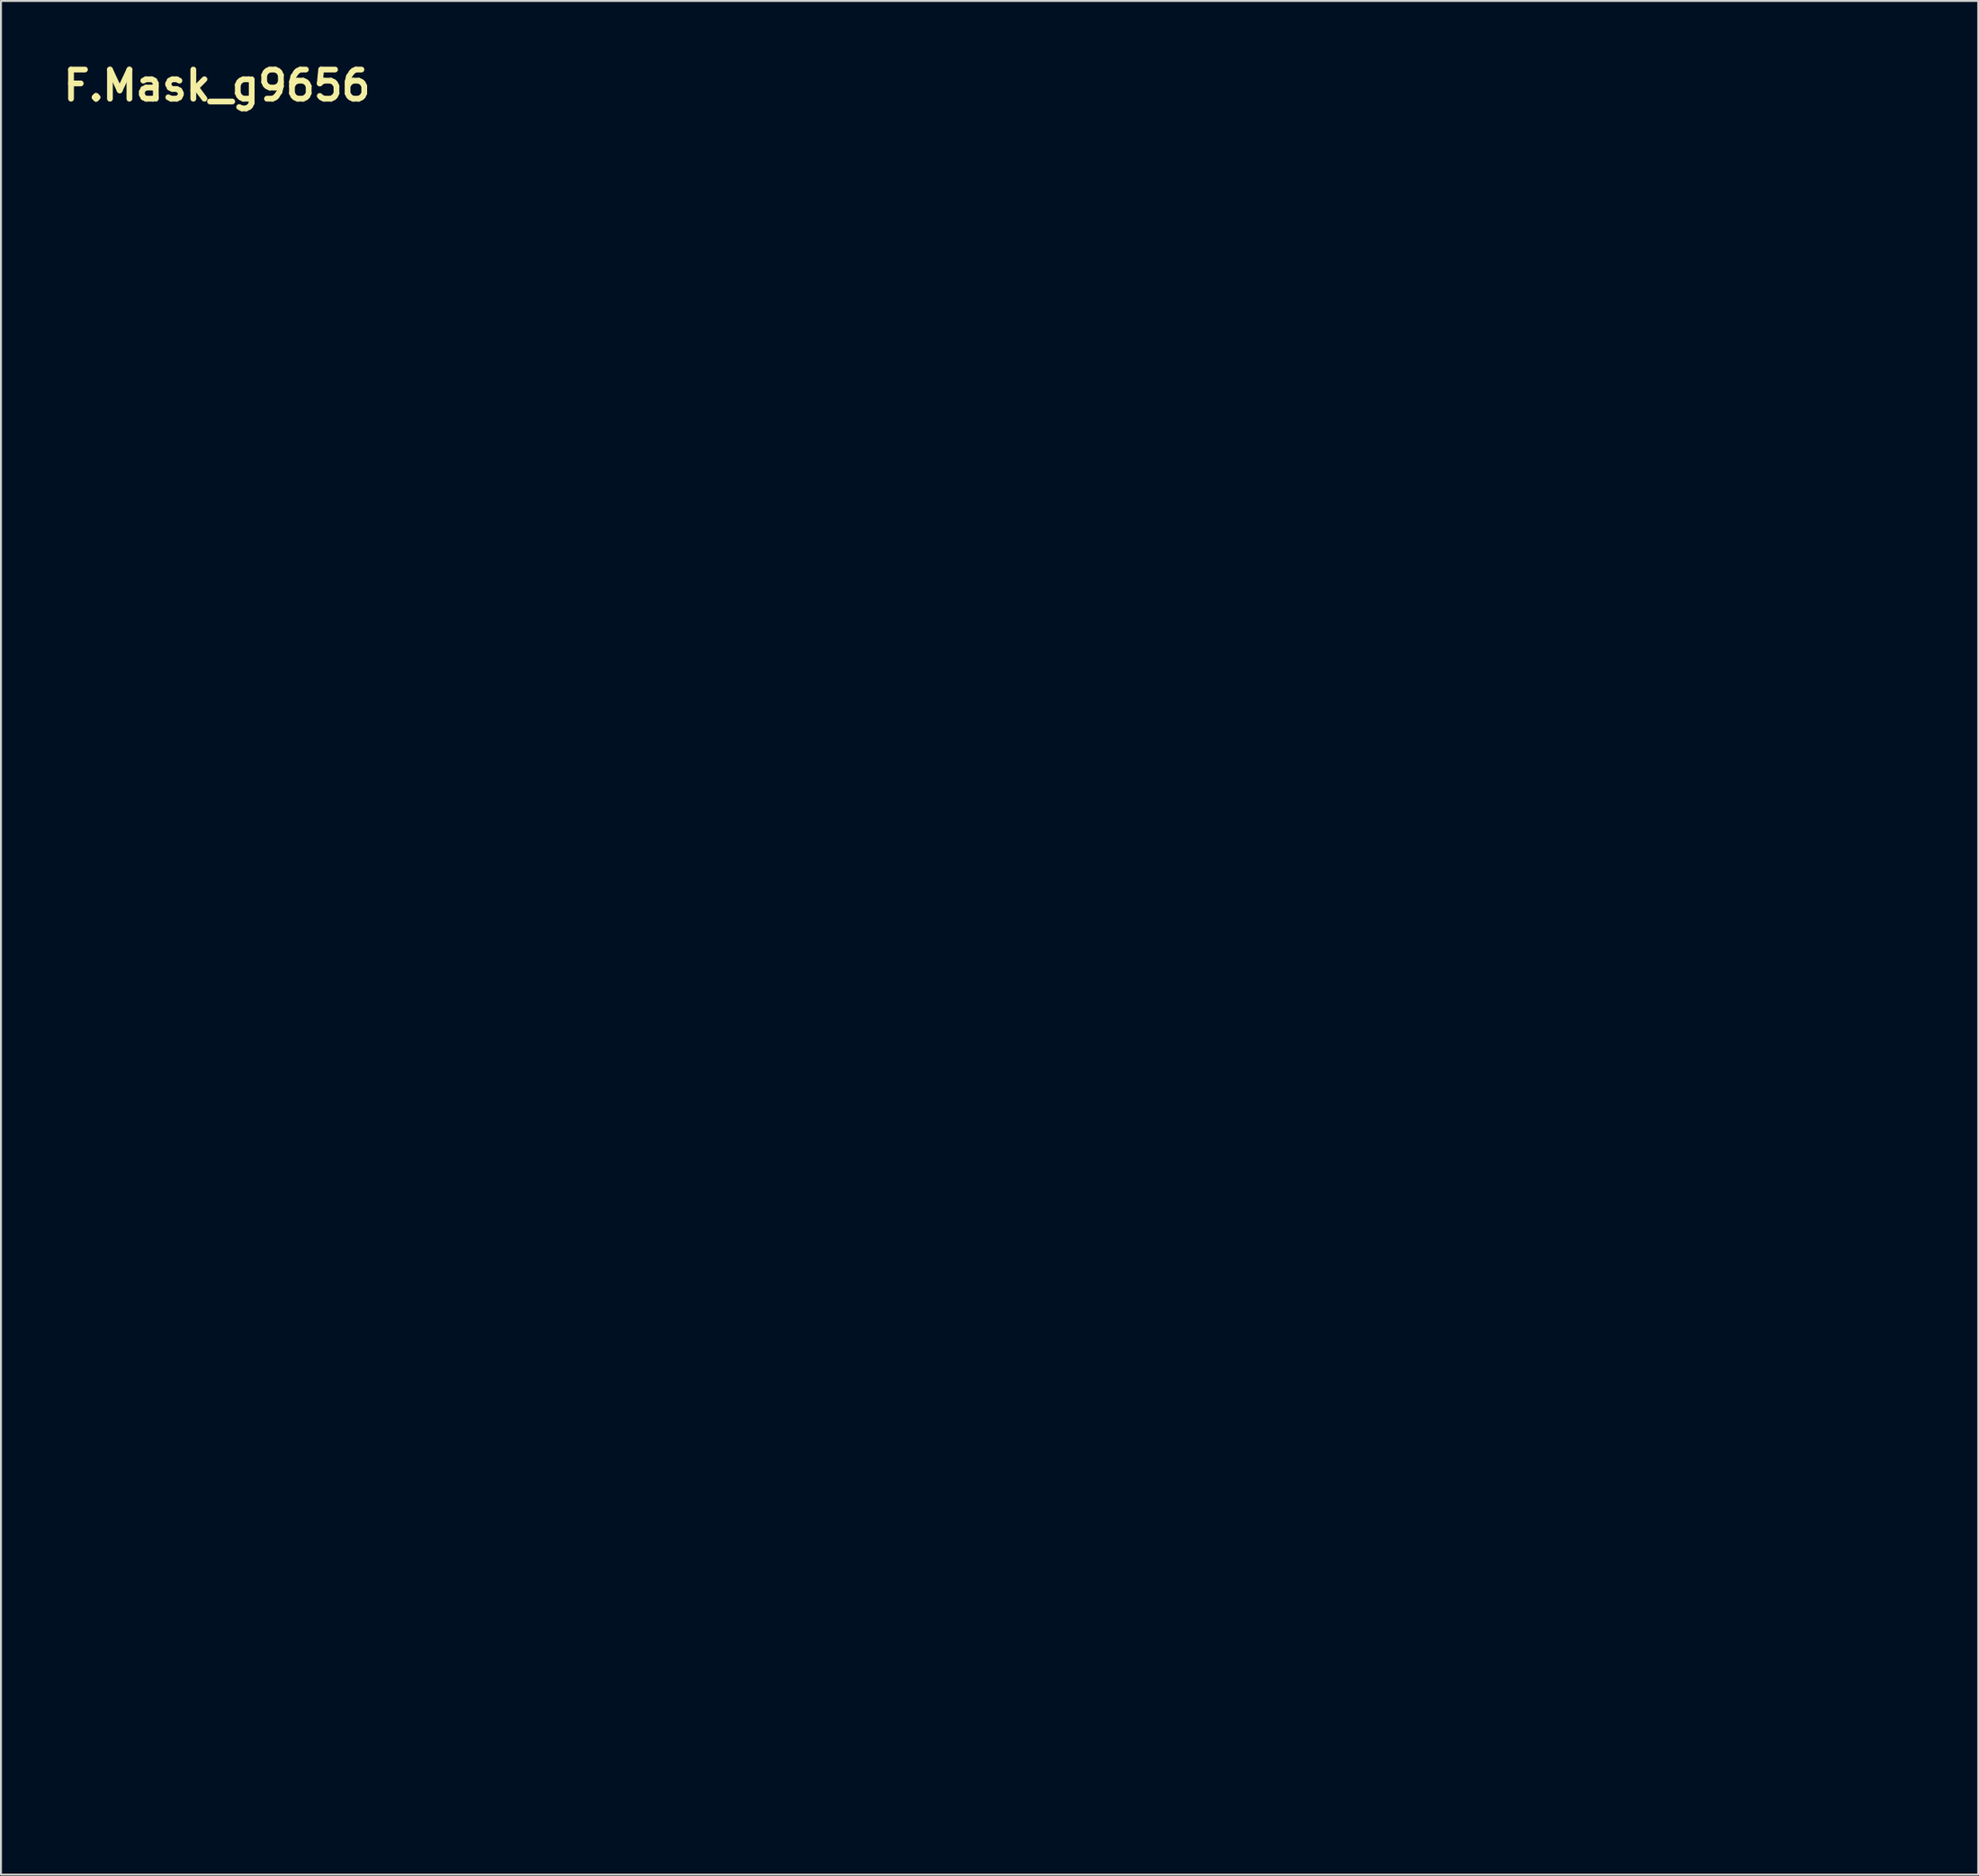
<source format=kicad_pcb>
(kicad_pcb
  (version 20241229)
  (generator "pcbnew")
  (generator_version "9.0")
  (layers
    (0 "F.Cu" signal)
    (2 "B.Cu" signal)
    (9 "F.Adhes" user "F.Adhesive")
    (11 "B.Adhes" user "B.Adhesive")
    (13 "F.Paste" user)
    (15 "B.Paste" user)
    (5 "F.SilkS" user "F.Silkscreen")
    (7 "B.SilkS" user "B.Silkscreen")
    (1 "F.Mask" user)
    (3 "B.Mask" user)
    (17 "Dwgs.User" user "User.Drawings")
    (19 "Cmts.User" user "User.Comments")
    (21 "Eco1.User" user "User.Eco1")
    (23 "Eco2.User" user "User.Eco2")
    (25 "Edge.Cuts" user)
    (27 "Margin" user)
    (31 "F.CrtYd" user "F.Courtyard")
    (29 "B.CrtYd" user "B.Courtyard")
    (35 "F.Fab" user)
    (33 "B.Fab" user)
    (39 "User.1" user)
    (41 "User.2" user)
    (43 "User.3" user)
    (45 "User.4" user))
  (footprint "F.Mask_g9656"
    (layer "F.Cu")
    (at 8.28 1.418)
    (property "Reference" "F.Mask_g9656" (at 0 0 0) (layer "F.SilkS") (effects (font (size 1.524 1.524) (thickness 0.3))))
    (attr through_hole)
    (fp_poly (pts (xy 61.344 82.57) (xy 61.428 82.629) (xy 61.51 82.697) (xy 61.584 82.76) (xy 61.51 82.761) (xy 61.439 82.75) (xy 61.372 82.722) (xy 61.314 82.677) (xy 61.27 82.626) (xy 61.248 82.579) (xy 61.253 82.545) (xy 61.254 82.544) (xy 61.286 82.541) (xy 61.344 82.57)) (stroke (width 0.01) (type solid)) (fill yes) (layer "F.Mask"))
    (fp_poly (pts (xy 83.771 42.504) (xy 83.8 42.546) (xy 83.83 42.599) (xy 83.854 42.653) (xy 83.868 42.695) (xy 83.865 42.714) (xy 83.863 42.714) (xy 83.838 42.701) (xy 83.796 42.668) (xy 83.78 42.653) (xy 83.74 42.604) (xy 83.717 42.553) (xy 83.712 42.511) (xy 83.728 42.486) (xy 83.749 42.485) (xy 83.771 42.504)) (stroke (width 0.01) (type solid)) (fill yes) (layer "F.Mask"))
    (fp_poly (pts (xy 85.326 42.667) (xy 85.375 42.689) (xy 85.443 42.721) (xy 85.47 42.735) (xy 85.628 42.814) (xy 85.537 42.871) (xy 85.468 42.914) (xy 85.424 42.931) (xy 85.395 42.918) (xy 85.372 42.873) (xy 85.348 42.808) (xy 85.325 42.738) (xy 85.31 42.685) (xy 85.305 42.662) (xy 85.306 42.661) (xy 85.326 42.667)) (stroke (width 0.01) (type solid)) (fill yes) (layer "F.Mask"))
    (fp_poly (pts (xy 85.128 41.827) (xy 85.157 41.835) (xy 85.163 41.854) (xy 85.16 41.867) (xy 85.121 41.938) (xy 85.055 41.991) (xy 84.974 42.015) (xy 84.96 42.016) (xy 84.907 42.013) (xy 84.884 41.998) (xy 84.878 41.96) (xy 84.878 41.942) (xy 84.888 41.884) (xy 84.921 41.848) (xy 84.983 41.83) (xy 85.065 41.825) (xy 85.128 41.827)) (stroke (width 0.01) (type solid)) (fill yes) (layer "F.Mask"))
    (fp_poly (pts (xy 87.355 41.794) (xy 87.397 41.91) (xy 87.414 42.01) (xy 87.405 42.088) (xy 87.378 42.13) (xy 87.347 42.153) (xy 87.334 42.151) (xy 87.334 42.151) (xy 87.33 42.123) (xy 87.319 42.064) (xy 87.304 41.988) (xy 87.301 41.978) (xy 87.283 41.861) (xy 87.284 41.776) (xy 87.288 41.756) (xy 87.307 41.688) (xy 87.355 41.794)) (stroke (width 0.01) (type solid)) (fill yes) (layer "F.Mask"))
    (fp_poly (pts (xy 88.78 40.667) (xy 88.828 40.69) (xy 88.881 40.738) (xy 88.884 40.741) (xy 88.951 40.828) (xy 88.975 40.91) (xy 88.958 40.987) (xy 88.899 41.061) (xy 88.844 41.105) (xy 88.761 41.144) (xy 88.664 41.163) (xy 88.568 41.161) (xy 88.493 41.137) (xy 88.426 41.078) (xy 88.394 40.997) (xy 88.398 40.899) (xy 88.423 40.819) (xy 88.472 40.752) (xy 88.551 40.7) (xy 88.65 40.668) (xy 88.721 40.662) (xy 88.78 40.667)) (stroke (width 0.01) (type solid)) (fill yes) (layer "F.Mask"))
    (fp_poly (pts (xy 57.478 47.811) (xy 57.561 47.831) (xy 57.592 47.84) (xy 57.675 47.864) (xy 57.726 47.883) (xy 57.752 47.901) (xy 57.762 47.925) (xy 57.764 47.959) (xy 57.744 48.072) (xy 57.685 48.169) (xy 57.609 48.236) (xy 57.554 48.273) (xy 57.515 48.297) (xy 57.503 48.302) (xy 57.486 48.287) (xy 57.461 48.253) (xy 57.42 48.165) (xy 57.393 48.054) (xy 57.383 47.943) (xy 57.386 47.87) (xy 57.398 47.827) (xy 57.426 47.808) (xy 57.478 47.811)) (stroke (width 0.01) (type solid)) (fill yes) (layer "F.Mask"))
    (fp_poly (pts (xy 83.645 41.845) (xy 83.717 41.897) (xy 83.771 41.972) (xy 83.798 42.059) (xy 83.799 42.081) (xy 83.782 42.158) (xy 83.736 42.24) (xy 83.671 42.314) (xy 83.619 42.355) (xy 83.566 42.385) (xy 83.527 42.394) (xy 83.485 42.381) (xy 83.441 42.36) (xy 83.369 42.302) (xy 83.316 42.219) (xy 83.291 42.127) (xy 83.291 42.111) (xy 83.309 42.02) (xy 83.359 41.937) (xy 83.43 41.871) (xy 83.514 41.832) (xy 83.562 41.825) (xy 83.645 41.845)) (stroke (width 0.01) (type solid)) (fill yes) (layer "F.Mask"))
    (fp_poly (pts (xy 87.214 41.177) (xy 87.313 41.226) (xy 87.353 41.254) (xy 87.408 41.3) (xy 87.447 41.337) (xy 87.461 41.355) (xy 87.444 41.374) (xy 87.402 41.406) (xy 87.363 41.432) (xy 87.278 41.474) (xy 87.191 41.5) (xy 87.114 41.506) (xy 87.056 41.491) (xy 87.039 41.478) (xy 87.019 41.436) (xy 87.004 41.372) (xy 87 41.341) (xy 86.997 41.276) (xy 87.006 41.237) (xy 87.032 41.21) (xy 87.04 41.204) (xy 87.122 41.17) (xy 87.214 41.177)) (stroke (width 0.01) (type solid)) (fill yes) (layer "F.Mask"))
    (fp_poly (pts (xy 79.512 74.386) (xy 79.569 74.401) (xy 79.647 74.422) (xy 79.736 74.448) (xy 79.827 74.475) (xy 79.911 74.5) (xy 79.978 74.52) (xy 80.019 74.534) (xy 80.026 74.537) (xy 80.016 74.544) (xy 79.975 74.547) (xy 79.915 74.547) (xy 79.848 74.544) (xy 79.786 74.538) (xy 79.739 74.531) (xy 79.735 74.529) (xy 79.676 74.507) (xy 79.609 74.475) (xy 79.546 74.441) (xy 79.503 74.412) (xy 79.492 74.401) (xy 79.483 74.381) (xy 79.485 74.38) (xy 79.512 74.386)) (stroke (width 0.01) (type solid)) (fill yes) (layer "F.Mask"))
    (fp_poly (pts (xy 86.114 40.658) (xy 86.177 40.692) (xy 86.196 40.712) (xy 86.209 40.758) (xy 86.211 40.83) (xy 86.203 40.912) (xy 86.187 40.99) (xy 86.172 41.032) (xy 86.137 41.095) (xy 86.098 41.146) (xy 86.089 41.156) (xy 86.025 41.19) (xy 85.944 41.206) (xy 85.865 41.2) (xy 85.813 41.178) (xy 85.754 41.113) (xy 85.719 41.028) (xy 85.708 40.932) (xy 85.719 40.837) (xy 85.753 40.752) (xy 85.809 40.689) (xy 85.844 40.669) (xy 85.934 40.645) (xy 86.028 40.642) (xy 86.114 40.658)) (stroke (width 0.01) (type solid)) (fill yes) (layer "F.Mask"))
    (fp_poly (pts (xy 69.969 78.266) (xy 70.052 78.288) (xy 70.15 78.319) (xy 70.255 78.358) (xy 70.352 78.397) (xy 70.534 78.475) (xy 70.583 78.645) (xy 70.605 78.726) (xy 70.621 78.792) (xy 70.628 78.832) (xy 70.628 78.837) (xy 70.605 78.843) (xy 70.545 78.835) (xy 70.448 78.812) (xy 70.4 78.8) (xy 70.279 78.763) (xy 70.196 78.73) (xy 70.144 78.699) (xy 70.133 78.688) (xy 70.098 78.643) (xy 70.055 78.579) (xy 70.007 78.503) (xy 69.961 78.426) (xy 69.921 78.354) (xy 69.892 78.297) (xy 69.88 78.263) (xy 69.88 78.258) (xy 69.909 78.255) (xy 69.969 78.266)) (stroke (width 0.01) (type solid)) (fill yes) (layer "F.Mask"))
    (fp_poly (pts (xy 70.327 78.916) (xy 70.413 78.932) (xy 70.504 78.955) (xy 70.586 78.981) (xy 70.648 79.007) (xy 70.67 79.022) (xy 70.683 79.049) (xy 70.704 79.108) (xy 70.731 79.19) (xy 70.761 79.286) (xy 70.792 79.388) (xy 70.82 79.487) (xy 70.844 79.574) (xy 70.86 79.641) (xy 70.866 79.677) (xy 70.863 79.686) (xy 70.85 79.689) (xy 70.821 79.686) (xy 70.77 79.676) (xy 70.693 79.657) (xy 70.584 79.628) (xy 70.517 79.61) (xy 70.221 79.531) (xy 70.208 79.437) (xy 70.2 79.375) (xy 70.192 79.285) (xy 70.184 79.182) (xy 70.18 79.126) (xy 70.166 78.909) (xy 70.257 78.909) (xy 70.327 78.916)) (stroke (width 0.01) (type solid)) (fill yes) (layer "F.Mask"))
    (fp_poly (pts (xy 77.627 73.898) (xy 77.7 73.932) (xy 77.788 73.975) (xy 77.886 74.023) (xy 77.985 74.073) (xy 78.078 74.12) (xy 78.158 74.162) (xy 78.218 74.194) (xy 78.249 74.213) (xy 78.253 74.216) (xy 78.245 74.242) (xy 78.222 74.296) (xy 78.19 74.369) (xy 78.153 74.452) (xy 78.113 74.537) (xy 78.076 74.615) (xy 78.045 74.676) (xy 78.024 74.712) (xy 78.019 74.718) (xy 77.996 74.708) (xy 77.949 74.681) (xy 77.903 74.652) (xy 77.756 74.551) (xy 77.623 74.444) (xy 77.514 74.34) (xy 77.483 74.304) (xy 77.4 74.206) (xy 77.482 74.038) (xy 77.52 73.964) (xy 77.552 73.909) (xy 77.573 73.879) (xy 77.578 73.877) (xy 77.627 73.898)) (stroke (width 0.01) (type solid)) (fill yes) (layer "F.Mask"))
    (fp_poly (pts (xy 57 82.477) (xy 57.007 82.48) (xy 57.036 82.497) (xy 57.095 82.534) (xy 57.181 82.588) (xy 57.288 82.657) (xy 57.412 82.738) (xy 57.547 82.826) (xy 57.621 82.875) (xy 58.188 83.248) (xy 58.145 83.333) (xy 58.106 83.391) (xy 58.069 83.417) (xy 58.063 83.418) (xy 58.035 83.406) (xy 57.978 83.374) (xy 57.897 83.323) (xy 57.797 83.258) (xy 57.683 83.182) (xy 57.592 83.121) (xy 57.418 83.001) (xy 57.276 82.903) (xy 57.162 82.823) (xy 57.074 82.761) (xy 57.007 82.712) (xy 56.96 82.676) (xy 56.929 82.648) (xy 56.91 82.628) (xy 56.9 82.612) (xy 56.897 82.598) (xy 56.897 82.587) (xy 56.91 82.532) (xy 56.928 82.499) (xy 56.96 82.471) (xy 57 82.477)) (stroke (width 0.01) (type solid)) (fill yes) (layer "F.Mask"))
    (fp_poly (pts (xy 78.528 74.324) (xy 78.59 74.345) (xy 78.674 74.375) (xy 78.77 74.412) (xy 78.87 74.451) (xy 78.964 74.49) (xy 79.043 74.524) (xy 79.1 74.55) (xy 79.124 74.565) (xy 79.124 74.59) (xy 79.115 74.648) (xy 79.098 74.734) (xy 79.074 74.84) (xy 79.05 74.941) (xy 78.96 75.3) (xy 78.802 75.326) (xy 78.678 75.343) (xy 78.588 75.351) (xy 78.523 75.348) (xy 78.476 75.334) (xy 78.439 75.308) (xy 78.431 75.301) (xy 78.397 75.256) (xy 78.354 75.186) (xy 78.311 75.106) (xy 78.305 75.095) (xy 78.255 74.972) (xy 78.232 74.865) (xy 78.238 74.761) (xy 78.271 74.646) (xy 78.31 74.556) (xy 78.36 74.453) (xy 78.4 74.383) (xy 78.434 74.341) (xy 78.466 74.321) (xy 78.495 74.316) (xy 78.528 74.324)) (stroke (width 0.01) (type solid)) (fill yes) (layer "F.Mask"))
    (fp_poly (pts (xy 76.273 75.396) (xy 76.394 75.434) (xy 76.494 75.471) (xy 76.743 75.568) (xy 76.78 76.027) (xy 76.792 76.165) (xy 76.803 76.29) (xy 76.813 76.397) (xy 76.821 76.478) (xy 76.827 76.526) (xy 76.829 76.533) (xy 76.83 76.569) (xy 76.821 76.579) (xy 76.796 76.571) (xy 76.74 76.549) (xy 76.658 76.517) (xy 76.558 76.477) (xy 76.497 76.452) (xy 76.389 76.407) (xy 76.295 76.366) (xy 76.221 76.331) (xy 76.174 76.307) (xy 76.163 76.299) (xy 76.149 76.267) (xy 76.133 76.202) (xy 76.115 76.111) (xy 76.097 76.004) (xy 76.081 75.889) (xy 76.067 75.775) (xy 76.057 75.67) (xy 76.052 75.582) (xy 76.052 75.564) (xy 76.056 75.484) (xy 76.066 75.425) (xy 76.077 75.4) (xy 76.118 75.379) (xy 76.182 75.378) (xy 76.273 75.396)) (stroke (width 0.01) (type solid)) (fill yes) (layer "F.Mask"))
    (fp_poly (pts (xy 77.031 73.605) (xy 77.138 73.661) (xy 77.233 73.711) (xy 77.308 73.752) (xy 77.358 73.78) (xy 77.374 73.79) (xy 77.377 73.82) (xy 77.358 73.878) (xy 77.337 73.925) (xy 77.302 73.99) (xy 77.274 74.026) (xy 77.243 74.039) (xy 77.22 74.041) (xy 77.167 74.031) (xy 77.097 74.006) (xy 77.056 73.986) (xy 76.984 73.948) (xy 76.919 73.913) (xy 76.892 73.899) (xy 76.805 73.864) (xy 76.72 73.856) (xy 76.627 73.878) (xy 76.53 73.923) (xy 76.46 73.958) (xy 76.407 73.983) (xy 76.379 73.992) (xy 76.377 73.992) (xy 76.382 73.97) (xy 76.405 73.921) (xy 76.44 73.851) (xy 76.483 73.771) (xy 76.531 73.687) (xy 76.577 73.608) (xy 76.617 73.543) (xy 76.648 73.5) (xy 76.655 73.491) (xy 76.708 73.438) (xy 77.031 73.605)) (stroke (width 0.01) (type solid)) (fill yes) (layer "F.Mask"))
    (fp_poly (pts (xy 79.435 74.683) (xy 79.511 74.702) (xy 79.606 74.73) (xy 79.695 74.761) (xy 79.791 74.794) (xy 79.876 74.821) (xy 79.939 74.839) (xy 79.97 74.845) (xy 80.009 74.856) (xy 80.02 74.866) (xy 80.019 74.892) (xy 80.009 74.952) (xy 79.991 75.039) (xy 79.966 75.145) (xy 79.943 75.236) (xy 79.907 75.372) (xy 79.879 75.47) (xy 79.856 75.535) (xy 79.838 75.572) (xy 79.822 75.584) (xy 79.82 75.584) (xy 79.791 75.575) (xy 79.73 75.552) (xy 79.645 75.517) (xy 79.544 75.474) (xy 79.482 75.446) (xy 79.378 75.399) (xy 79.288 75.359) (xy 79.219 75.328) (xy 79.179 75.309) (xy 79.171 75.304) (xy 79.174 75.283) (xy 79.185 75.228) (xy 79.203 75.146) (xy 79.227 75.045) (xy 79.24 74.987) (xy 79.315 74.676) (xy 79.386 74.676) (xy 79.435 74.683)) (stroke (width 0.01) (type solid)) (fill yes) (layer "F.Mask"))
    (fp_poly (pts (xy 69.743 77.398) (xy 69.818 77.409) (xy 69.892 77.431) (xy 69.977 77.467) (xy 70.112 77.533) (xy 70.213 77.597) (xy 70.284 77.666) (xy 70.333 77.746) (xy 70.367 77.845) (xy 70.378 77.894) (xy 70.4 77.991) (xy 70.429 78.094) (xy 70.444 78.14) (xy 70.465 78.204) (xy 70.478 78.249) (xy 70.48 78.264) (xy 70.459 78.261) (xy 70.403 78.247) (xy 70.32 78.226) (xy 70.215 78.199) (xy 70.096 78.167) (xy 69.975 78.134) (xy 69.868 78.103) (xy 69.783 78.077) (xy 69.725 78.058) (xy 69.701 78.048) (xy 69.684 78.018) (xy 69.658 77.96) (xy 69.624 77.88) (xy 69.587 77.787) (xy 69.549 77.69) (xy 69.514 77.596) (xy 69.485 77.513) (xy 69.465 77.45) (xy 69.457 77.415) (xy 69.457 77.411) (xy 69.484 77.404) (xy 69.542 77.399) (xy 69.621 77.396) (xy 69.645 77.396) (xy 69.743 77.398)) (stroke (width 0.01) (type solid)) (fill yes) (layer "F.Mask"))
    (fp_poly (pts (xy 80.247 74.944) (xy 80.303 74.955) (xy 80.386 74.973) (xy 80.489 74.997) (xy 80.605 75.024) (xy 80.726 75.052) (xy 80.847 75.081) (xy 80.959 75.108) (xy 81.056 75.133) (xy 81.131 75.152) (xy 81.177 75.165) (xy 81.188 75.169) (xy 81.184 75.191) (xy 81.167 75.245) (xy 81.139 75.323) (xy 81.104 75.417) (xy 81.064 75.521) (xy 81.022 75.626) (xy 80.982 75.726) (xy 80.946 75.812) (xy 80.917 75.878) (xy 80.898 75.915) (xy 80.895 75.919) (xy 80.861 75.934) (xy 80.795 75.942) (xy 80.707 75.944) (xy 80.608 75.94) (xy 80.508 75.93) (xy 80.423 75.915) (xy 80.284 75.88) (xy 80.183 75.842) (xy 80.116 75.796) (xy 80.079 75.737) (xy 80.067 75.659) (xy 80.076 75.557) (xy 80.085 75.508) (xy 80.101 75.427) (xy 80.123 75.332) (xy 80.146 75.231) (xy 80.171 75.133) (xy 80.193 75.047) (xy 80.211 74.982) (xy 80.223 74.946) (xy 80.225 74.942) (xy 80.247 74.944)) (stroke (width 0.01) (type solid)) (fill yes) (layer "F.Mask"))
    (fp_poly (pts (xy 77.025 75.751) (xy 77.073 75.763) (xy 77.148 75.791) (xy 77.243 75.83) (xy 77.349 75.877) (xy 77.456 75.926) (xy 77.557 75.975) (xy 77.642 76.02) (xy 77.702 76.055) (xy 77.726 76.072) (xy 77.767 76.131) (xy 77.797 76.219) (xy 77.806 76.263) (xy 77.822 76.339) (xy 77.844 76.442) (xy 77.869 76.559) (xy 77.895 76.672) (xy 77.918 76.775) (xy 77.937 76.863) (xy 77.951 76.928) (xy 77.957 76.961) (xy 77.957 76.964) (xy 77.939 76.978) (xy 77.892 76.981) (xy 77.827 76.973) (xy 77.758 76.956) (xy 77.735 76.947) (xy 77.683 76.928) (xy 77.602 76.899) (xy 77.502 76.863) (xy 77.392 76.824) (xy 77.364 76.814) (xy 77.252 76.774) (xy 77.173 76.745) (xy 77.121 76.721) (xy 77.089 76.7) (xy 77.07 76.677) (xy 77.057 76.649) (xy 77.051 76.633) (xy 77.017 76.503) (xy 76.99 76.347) (xy 76.972 76.179) (xy 76.966 76.014) (xy 76.967 75.964) (xy 76.973 75.745) (xy 77.025 75.751)) (stroke (width 0.01) (type solid)) (fill yes) (layer "F.Mask"))
    (fp_poly (pts (xy 69.6 75.07) (xy 69.799 75.151) (xy 69.988 75.228) (xy 70.164 75.299) (xy 70.322 75.363) (xy 70.458 75.418) (xy 70.568 75.463) (xy 70.649 75.495) (xy 70.695 75.514) (xy 70.702 75.517) (xy 70.781 75.548) (xy 70.781 76.086) (xy 70.781 76.232) (xy 70.779 76.362) (xy 70.776 76.472) (xy 70.773 76.556) (xy 70.769 76.608) (xy 70.765 76.622) (xy 70.744 76.615) (xy 70.686 76.593) (xy 70.594 76.557) (xy 70.473 76.51) (xy 70.324 76.452) (xy 70.152 76.385) (xy 69.959 76.309) (xy 69.747 76.226) (xy 69.521 76.137) (xy 69.284 76.043) (xy 69.263 76.035) (xy 69.025 75.941) (xy 68.799 75.851) (xy 68.587 75.767) (xy 68.394 75.69) (xy 68.221 75.621) (xy 68.072 75.561) (xy 67.95 75.511) (xy 67.858 75.474) (xy 67.799 75.449) (xy 67.777 75.438) (xy 67.777 75.438) (xy 67.791 75.421) (xy 67.832 75.379) (xy 67.896 75.315) (xy 67.978 75.234) (xy 68.075 75.14) (xy 68.176 75.041) (xy 68.577 74.655) (xy 69.6 75.07)) (stroke (width 0.01) (type solid)) (fill yes) (layer "F.Mask"))
    (fp_poly (pts (xy 73.459 78.56) (xy 73.498 78.692) (xy 73.537 78.82) (xy 73.574 78.935) (xy 73.605 79.026) (xy 73.625 79.077) (xy 73.654 79.155) (xy 73.674 79.226) (xy 73.681 79.271) (xy 73.667 79.312) (xy 73.63 79.376) (xy 73.574 79.456) (xy 73.506 79.543) (xy 73.433 79.631) (xy 73.36 79.713) (xy 73.292 79.781) (xy 73.237 79.827) (xy 73.217 79.84) (xy 73.166 79.864) (xy 73.089 79.899) (xy 72.994 79.94) (xy 72.889 79.985) (xy 72.781 80.03) (xy 72.678 80.073) (xy 72.586 80.111) (xy 72.515 80.139) (xy 72.47 80.155) (xy 72.459 80.158) (xy 72.441 80.14) (xy 72.425 80.094) (xy 72.423 80.085) (xy 72.417 80.032) (xy 72.409 79.944) (xy 72.401 79.83) (xy 72.394 79.697) (xy 72.387 79.552) (xy 72.38 79.403) (xy 72.375 79.259) (xy 72.371 79.126) (xy 72.37 79.012) (xy 72.369 78.996) (xy 72.372 78.854) (xy 72.382 78.745) (xy 72.402 78.659) (xy 72.435 78.586) (xy 72.484 78.517) (xy 72.512 78.484) (xy 72.625 78.386) (xy 72.77 78.304) (xy 72.94 78.24) (xy 73.126 78.199) (xy 73.246 78.186) (xy 73.35 78.179) (xy 73.459 78.56)) (stroke (width 0.01) (type solid)) (fill yes) (layer "F.Mask"))
    (fp_poly (pts (xy 73.765 76.53) (xy 73.862 76.532) (xy 73.936 76.535) (xy 73.98 76.539) (xy 73.987 76.542) (xy 73.989 76.567) (xy 73.98 76.623) (xy 73.964 76.697) (xy 73.942 76.78) (xy 73.919 76.861) (xy 73.896 76.929) (xy 73.88 76.966) (xy 73.853 77.005) (xy 73.803 77.064) (xy 73.736 77.136) (xy 73.66 77.214) (xy 73.658 77.217) (xy 73.544 77.337) (xy 73.462 77.442) (xy 73.405 77.541) (xy 73.371 77.642) (xy 73.354 77.755) (xy 73.351 77.808) (xy 73.345 77.967) (xy 73.051 78.046) (xy 72.896 78.089) (xy 72.772 78.127) (xy 72.672 78.165) (xy 72.586 78.204) (xy 72.504 78.249) (xy 72.48 78.264) (xy 72.39 78.319) (xy 72.39 77.936) (xy 72.392 77.796) (xy 72.397 77.645) (xy 72.405 77.492) (xy 72.415 77.342) (xy 72.427 77.204) (xy 72.44 77.082) (xy 72.453 76.986) (xy 72.466 76.921) (xy 72.474 76.9) (xy 72.503 76.874) (xy 72.564 76.836) (xy 72.65 76.791) (xy 72.752 76.743) (xy 72.863 76.694) (xy 72.976 76.648) (xy 73.082 76.609) (xy 73.141 76.589) (xy 73.222 76.566) (xy 73.292 76.55) (xy 73.364 76.539) (xy 73.448 76.533) (xy 73.555 76.531) (xy 73.653 76.53) (xy 73.765 76.53)) (stroke (width 0.01) (type solid)) (fill yes) (layer "F.Mask"))
    (fp_poly (pts (xy 77.996 80.699) (xy 77.995 80.76) (xy 77.992 80.852) (xy 77.986 80.97) (xy 77.978 81.108) (xy 77.968 81.261) (xy 77.956 81.423) (xy 77.944 81.589) (xy 77.943 81.603) (xy 77.93 81.767) (xy 77.856 81.767) (xy 77.797 81.776) (xy 77.745 81.809) (xy 77.711 81.842) (xy 77.654 81.916) (xy 77.594 82.015) (xy 77.541 82.125) (xy 77.499 82.23) (xy 77.476 82.318) (xy 77.475 82.326) (xy 77.465 82.392) (xy 77.451 82.419) (xy 77.431 82.408) (xy 77.411 82.38) (xy 77.391 82.341) (xy 77.361 82.275) (xy 77.328 82.195) (xy 77.321 82.178) (xy 77.278 82.073) (xy 77.236 81.98) (xy 77.191 81.891) (xy 77.137 81.798) (xy 77.07 81.69) (xy 76.984 81.561) (xy 76.952 81.512) (xy 76.878 81.402) (xy 76.825 81.319) (xy 76.789 81.258) (xy 76.767 81.211) (xy 76.755 81.172) (xy 76.751 81.133) (xy 76.75 81.1) (xy 76.752 81.034) (xy 76.761 80.997) (xy 76.784 80.978) (xy 76.819 80.965) (xy 76.881 80.947) (xy 76.971 80.922) (xy 77.082 80.893) (xy 77.207 80.861) (xy 77.342 80.827) (xy 77.478 80.793) (xy 77.61 80.761) (xy 77.733 80.731) (xy 77.838 80.706) (xy 77.921 80.688) (xy 77.975 80.677) (xy 77.994 80.675) (xy 77.996 80.699)) (stroke (width 0.01) (type solid)) (fill yes) (layer "F.Mask"))
    (fp_poly (pts (xy 65.768 46.816) (xy 65.856 46.828) (xy 65.966 46.846) (xy 66.091 46.868) (xy 66.225 46.893) (xy 66.36 46.92) (xy 66.49 46.948) (xy 66.608 46.976) (xy 66.629 46.981) (xy 66.798 47.032) (xy 66.955 47.095) (xy 67.09 47.166) (xy 67.195 47.24) (xy 67.213 47.257) (xy 67.259 47.304) (xy 67.282 47.341) (xy 67.287 47.386) (xy 67.282 47.454) (xy 67.267 47.533) (xy 67.237 47.64) (xy 67.196 47.766) (xy 67.148 47.901) (xy 67.095 48.035) (xy 67.041 48.158) (xy 66.998 48.246) (xy 66.952 48.322) (xy 66.89 48.408) (xy 66.819 48.494) (xy 66.744 48.576) (xy 66.674 48.646) (xy 66.613 48.697) (xy 66.567 48.722) (xy 66.556 48.724) (xy 66.529 48.713) (xy 66.47 48.681) (xy 66.386 48.633) (xy 66.281 48.571) (xy 66.159 48.497) (xy 66.027 48.415) (xy 66.003 48.4) (xy 65.87 48.317) (xy 65.749 48.24) (xy 65.644 48.173) (xy 65.559 48.118) (xy 65.5 48.079) (xy 65.471 48.059) (xy 65.47 48.058) (xy 65.469 48.033) (xy 65.474 47.973) (xy 65.486 47.885) (xy 65.502 47.773) (xy 65.522 47.646) (xy 65.544 47.509) (xy 65.568 47.368) (xy 65.593 47.231) (xy 65.616 47.103) (xy 65.638 46.991) (xy 65.657 46.901) (xy 65.672 46.839) (xy 65.682 46.812) (xy 65.707 46.81) (xy 65.768 46.816)) (stroke (width 0.01) (type solid)) (fill yes) (layer "F.Mask"))
    (fp_poly (pts (xy 88.297 42.762) (xy 88.3 42.764) (xy 88.3 42.786) (xy 88.292 42.842) (xy 88.28 42.923) (xy 88.263 43.02) (xy 88.244 43.126) (xy 88.225 43.232) (xy 88.206 43.33) (xy 88.19 43.412) (xy 88.177 43.469) (xy 88.17 43.493) (xy 88.149 43.501) (xy 88.097 43.517) (xy 88.026 43.537) (xy 88.015 43.54) (xy 87.918 43.57) (xy 87.806 43.608) (xy 87.702 43.646) (xy 87.7 43.647) (xy 87.559 43.706) (xy 87.391 43.782) (xy 87.204 43.872) (xy 87.007 43.969) (xy 86.808 44.071) (xy 86.616 44.172) (xy 86.44 44.269) (xy 86.288 44.356) (xy 86.244 44.383) (xy 86.092 44.476) (xy 85.971 44.548) (xy 85.876 44.601) (xy 85.802 44.639) (xy 85.745 44.664) (xy 85.7 44.677) (xy 85.662 44.682) (xy 85.655 44.682) (xy 85.599 44.692) (xy 85.531 44.717) (xy 85.513 44.725) (xy 85.461 44.751) (xy 85.426 44.766) (xy 85.421 44.767) (xy 85.407 44.75) (xy 85.374 44.703) (xy 85.326 44.63) (xy 85.267 44.538) (xy 85.199 44.431) (xy 85.187 44.413) (xy 84.963 44.058) (xy 85.052 43.98) (xy 85.13 43.921) (xy 85.24 43.848) (xy 85.377 43.766) (xy 85.534 43.678) (xy 85.704 43.588) (xy 85.882 43.498) (xy 86.062 43.412) (xy 86.236 43.333) (xy 86.398 43.265) (xy 86.413 43.259) (xy 86.513 43.222) (xy 86.647 43.176) (xy 86.808 43.123) (xy 86.988 43.066) (xy 87.179 43.008) (xy 87.375 42.949) (xy 87.569 42.893) (xy 87.63 42.876) (xy 87.743 42.846) (xy 87.863 42.819) (xy 87.982 42.795) (xy 88.093 42.776) (xy 88.187 42.764) (xy 88.258 42.758) (xy 88.297 42.762)) (stroke (width 0.01) (type solid)) (fill yes) (layer "F.Mask"))
    (fp_poly (pts (xy 62.824 82.963) (xy 62.906 82.999) (xy 63.006 83.049) (xy 63.118 83.111) (xy 63.237 83.18) (xy 63.356 83.254) (xy 63.42 83.297) (xy 63.57 83.398) (xy 63.699 83.487) (xy 63.804 83.561) (xy 63.881 83.618) (xy 63.929 83.656) (xy 63.944 83.672) (xy 63.931 83.693) (xy 63.895 83.741) (xy 63.84 83.812) (xy 63.77 83.9) (xy 63.689 84) (xy 63.601 84.108) (xy 63.511 84.218) (xy 63.421 84.325) (xy 63.338 84.424) (xy 63.263 84.511) (xy 63.238 84.54) (xy 63.155 84.633) (xy 63.055 84.74) (xy 62.944 84.857) (xy 62.825 84.981) (xy 62.7 85.107) (xy 62.575 85.233) (xy 62.453 85.355) (xy 62.337 85.469) (xy 62.231 85.57) (xy 62.139 85.657) (xy 62.065 85.724) (xy 62.012 85.768) (xy 61.984 85.786) (xy 61.983 85.786) (xy 61.954 85.776) (xy 61.894 85.748) (xy 61.808 85.705) (xy 61.701 85.65) (xy 61.579 85.585) (xy 61.479 85.531) (xy 61.351 85.461) (xy 61.237 85.398) (xy 61.14 85.346) (xy 61.067 85.305) (xy 61.021 85.28) (xy 61.008 85.273) (xy 61.012 85.252) (xy 61.026 85.202) (xy 61.046 85.136) (xy 61.069 85.063) (xy 61.092 84.996) (xy 61.11 84.945) (xy 61.12 84.923) (xy 61.144 84.923) (xy 61.199 84.93) (xy 61.277 84.943) (xy 61.329 84.953) (xy 61.435 84.972) (xy 61.509 84.979) (xy 61.558 84.976) (xy 61.578 84.97) (xy 61.605 84.943) (xy 61.651 84.88) (xy 61.716 84.78) (xy 61.801 84.644) (xy 61.904 84.473) (xy 61.997 84.316) (xy 62.112 84.12) (xy 62.208 83.956) (xy 62.287 83.82) (xy 62.352 83.706) (xy 62.406 83.611) (xy 62.45 83.531) (xy 62.488 83.46) (xy 62.521 83.394) (xy 62.553 83.328) (xy 62.585 83.259) (xy 62.614 83.196) (xy 62.656 83.104) (xy 62.694 83.025) (xy 62.723 82.97) (xy 62.738 82.944) (xy 62.766 82.943) (xy 62.824 82.963)) (stroke (width 0.01) (type solid)) (fill yes) (layer "F.Mask"))
    (fp_poly (pts (xy 88.561 41.406) (xy 88.557 41.435) (xy 88.545 41.499) (xy 88.527 41.593) (xy 88.503 41.713) (xy 88.475 41.852) (xy 88.443 42.005) (xy 88.434 42.048) (xy 88.402 42.202) (xy 88.373 42.342) (xy 88.348 42.464) (xy 88.328 42.561) (xy 88.314 42.628) (xy 88.308 42.66) (xy 88.307 42.663) (xy 88.289 42.661) (xy 88.244 42.651) (xy 88.228 42.647) (xy 88.164 42.634) (xy 88.092 42.629) (xy 88.008 42.633) (xy 87.91 42.647) (xy 87.794 42.671) (xy 87.657 42.707) (xy 87.496 42.756) (xy 87.307 42.817) (xy 87.087 42.893) (xy 86.833 42.984) (xy 86.699 43.032) (xy 86.485 43.11) (xy 86.304 43.179) (xy 86.147 43.242) (xy 86.007 43.303) (xy 85.875 43.366) (xy 85.744 43.436) (xy 85.605 43.514) (xy 85.452 43.607) (xy 85.275 43.716) (xy 85.214 43.755) (xy 85.08 43.838) (xy 84.976 43.899) (xy 84.897 43.939) (xy 84.836 43.958) (xy 84.789 43.958) (xy 84.749 43.94) (xy 84.712 43.905) (xy 84.672 43.853) (xy 84.671 43.852) (xy 84.555 43.692) (xy 84.447 43.543) (xy 84.352 43.407) (xy 84.269 43.288) (xy 84.203 43.19) (xy 84.156 43.116) (xy 84.13 43.07) (xy 84.126 43.055) (xy 84.149 43.054) (xy 84.204 43.066) (xy 84.282 43.088) (xy 84.376 43.118) (xy 84.614 43.189) (xy 84.83 43.229) (xy 85.03 43.237) (xy 85.22 43.214) (xy 85.406 43.16) (xy 85.582 43.08) (xy 85.756 42.97) (xy 85.907 42.835) (xy 86.028 42.682) (xy 86.079 42.592) (xy 86.113 42.523) (xy 86.135 42.468) (xy 86.149 42.417) (xy 86.156 42.357) (xy 86.159 42.278) (xy 86.159 42.176) (xy 86.157 42.063) (xy 86.153 41.954) (xy 86.147 41.863) (xy 86.141 41.809) (xy 86.132 41.744) (xy 86.135 41.71) (xy 86.149 41.699) (xy 86.154 41.698) (xy 86.169 41.704) (xy 86.186 41.724) (xy 86.208 41.763) (xy 86.239 41.826) (xy 86.28 41.919) (xy 86.333 42.043) (xy 86.402 42.153) (xy 86.507 42.241) (xy 86.646 42.307) (xy 86.818 42.35) (xy 86.955 42.366) (xy 87.197 42.367) (xy 87.433 42.336) (xy 87.657 42.275) (xy 87.861 42.186) (xy 88.039 42.072) (xy 88.114 42.008) (xy 88.188 41.926) (xy 88.271 41.813) (xy 88.355 41.68) (xy 88.412 41.578) (xy 88.459 41.496) (xy 88.501 41.434) (xy 88.535 41.397) (xy 88.556 41.39) (xy 88.561 41.406)) (stroke (width 0.01) (type solid)) (fill yes) (layer "F.Mask"))
    (fp_poly (pts (xy 84.09 72.543) (xy 84.078 72.576) (xy 84.068 72.612) (xy 84.06 72.653) (xy 84.053 72.702) (xy 84.049 72.762) (xy 84.047 72.836) (xy 84.047 72.927) (xy 84.049 73.038) (xy 84.053 73.171) (xy 84.06 73.329) (xy 84.069 73.516) (xy 84.08 73.734) (xy 84.093 73.986) (xy 84.11 74.274) (xy 84.126 74.57) (xy 84.129 74.674) (xy 84.128 74.803) (xy 84.124 74.939) (xy 84.117 75.048) (xy 84.103 75.203) (xy 84.083 75.328) (xy 84.053 75.437) (xy 84.009 75.543) (xy 83.947 75.658) (xy 83.914 75.713) (xy 83.828 75.877) (xy 83.76 76.053) (xy 83.71 76.246) (xy 83.675 76.463) (xy 83.656 76.709) (xy 83.651 76.963) (xy 83.649 77.089) (xy 83.645 77.211) (xy 83.639 77.317) (xy 83.632 77.397) (xy 83.629 77.418) (xy 83.609 77.51) (xy 83.584 77.602) (xy 83.557 77.687) (xy 83.53 77.755) (xy 83.506 77.797) (xy 83.493 77.806) (xy 83.467 77.799) (xy 83.407 77.78) (xy 83.321 77.752) (xy 83.214 77.716) (xy 83.093 77.674) (xy 83.079 77.67) (xy 82.897 77.61) (xy 82.725 77.559) (xy 82.548 77.513) (xy 82.353 77.469) (xy 82.21 77.44) (xy 81.843 77.361) (xy 81.517 77.278) (xy 81.23 77.19) (xy 81.164 77.167) (xy 81.079 77.138) (xy 81.076 77.013) (xy 81.073 76.925) (xy 81.066 76.819) (xy 81.059 76.729) (xy 81.054 76.65) (xy 81.056 76.567) (xy 81.065 76.47) (xy 81.068 76.451) (xy 81.333 76.451) (xy 81.353 76.578) (xy 81.406 76.7) (xy 81.488 76.812) (xy 81.594 76.91) (xy 81.719 76.988) (xy 81.859 77.042) (xy 82.009 77.066) (xy 82.044 77.067) (xy 82.137 77.063) (xy 82.215 77.046) (xy 82.3 77.01) (xy 82.312 77.003) (xy 82.451 76.915) (xy 82.554 76.805) (xy 82.624 76.67) (xy 82.664 76.507) (xy 82.668 76.472) (xy 82.669 76.324) (xy 82.637 76.197) (xy 82.568 76.081) (xy 82.504 76.01) (xy 82.369 75.899) (xy 82.233 75.828) (xy 82.096 75.799) (xy 82.069 75.798) (xy 81.911 75.818) (xy 81.758 75.873) (xy 81.617 75.96) (xy 81.496 76.071) (xy 81.403 76.202) (xy 81.351 76.324) (xy 81.333 76.451) (xy 81.068 76.451) (xy 81.083 76.348) (xy 81.099 76.253) (xy 81.139 76.038) (xy 81.183 75.854) (xy 81.232 75.691) (xy 81.29 75.538) (xy 81.361 75.385) (xy 81.377 75.353) (xy 81.422 75.263) (xy 81.459 75.187) (xy 81.483 75.131) (xy 81.492 75.105) (xy 81.51 75.062) (xy 81.56 75.01) (xy 81.631 74.955) (xy 81.716 74.904) (xy 81.804 74.861) (xy 81.887 74.831) (xy 81.956 74.821) (xy 81.963 74.821) (xy 82.036 74.817) (xy 82.092 74.796) (xy 82.152 74.748) (xy 82.231 74.669) (xy 82.326 74.566) (xy 82.432 74.442) (xy 82.546 74.303) (xy 82.662 74.154) (xy 82.778 73.999) (xy 82.824 73.935) (xy 82.908 73.824) (xy 83.009 73.703) (xy 83.111 73.588) (xy 83.175 73.522) (xy 83.367 73.332) (xy 83.578 72.883) (xy 83.788 72.434) (xy 83.961 72.433) (xy 84.133 72.432) (xy 84.09 72.543)) (stroke (width 0.01) (type solid)) (fill yes) (layer "F.Mask"))
    (fp_poly (pts (xy 82.03 80.259) (xy 82.024 80.298) (xy 82.012 80.374) (xy 81.996 80.481) (xy 81.975 80.613) (xy 81.952 80.764) (xy 81.926 80.93) (xy 81.907 81.056) (xy 81.797 81.775) (xy 81.575 81.822) (xy 81.481 81.842) (xy 81.399 81.858) (xy 81.341 81.868) (xy 81.319 81.871) (xy 81.284 81.861) (xy 81.228 81.832) (xy 81.182 81.804) (xy 81.083 81.718) (xy 81.024 81.627) (xy 81.005 81.586) (xy 80.99 81.546) (xy 80.979 81.501) (xy 80.971 81.441) (xy 80.965 81.361) (xy 80.959 81.253) (xy 80.954 81.114) (xy 80.949 80.966) (xy 80.947 80.852) (xy 80.947 80.766) (xy 80.952 80.699) (xy 80.96 80.643) (xy 80.972 80.592) (xy 80.973 80.586) (xy 80.993 80.498) (xy 80.999 80.425) (xy 80.995 80.37) (xy 80.983 80.338) (xy 80.963 80.335) (xy 80.938 80.364) (xy 80.911 80.427) (xy 80.898 80.479) (xy 80.887 80.553) (xy 80.878 80.653) (xy 80.871 80.785) (xy 80.864 80.954) (xy 80.863 80.978) (xy 80.85 81.428) (xy 80.799 81.428) (xy 80.733 81.415) (xy 80.647 81.374) (xy 80.549 81.313) (xy 80.495 81.281) (xy 80.453 81.273) (xy 80.411 81.284) (xy 80.373 81.293) (xy 80.337 81.288) (xy 80.291 81.265) (xy 80.232 81.226) (xy 80.103 81.159) (xy 79.974 81.134) (xy 79.848 81.149) (xy 79.728 81.206) (xy 79.639 81.28) (xy 79.565 81.338) (xy 79.484 81.36) (xy 79.394 81.347) (xy 79.29 81.297) (xy 79.202 81.237) (xy 79.1 81.175) (xy 79.008 81.153) (xy 78.924 81.17) (xy 78.849 81.229) (xy 78.778 81.328) (xy 78.743 81.397) (xy 78.675 81.53) (xy 78.609 81.627) (xy 78.539 81.692) (xy 78.457 81.732) (xy 78.358 81.75) (xy 78.269 81.754) (xy 78.19 81.752) (xy 78.127 81.747) (xy 78.094 81.741) (xy 78.092 81.739) (xy 78.087 81.715) (xy 78.083 81.655) (xy 78.08 81.567) (xy 78.078 81.457) (xy 78.077 81.349) (xy 78.077 81.212) (xy 78.078 81.108) (xy 78.082 81.028) (xy 78.089 80.965) (xy 78.1 80.909) (xy 78.117 80.851) (xy 78.133 80.799) (xy 78.162 80.719) (xy 78.188 80.655) (xy 78.208 80.617) (xy 78.213 80.612) (xy 78.239 80.605) (xy 78.3 80.593) (xy 78.39 80.576) (xy 78.503 80.557) (xy 78.632 80.535) (xy 78.772 80.512) (xy 78.916 80.488) (xy 79.059 80.465) (xy 79.193 80.444) (xy 79.314 80.426) (xy 79.414 80.411) (xy 79.488 80.401) (xy 79.53 80.397) (xy 79.537 80.398) (xy 79.538 80.421) (xy 79.533 80.476) (xy 79.523 80.549) (xy 79.522 80.559) (xy 79.512 80.635) (xy 79.507 80.693) (xy 79.509 80.723) (xy 79.51 80.724) (xy 79.536 80.724) (xy 79.572 80.689) (xy 79.614 80.624) (xy 79.654 80.545) (xy 79.692 80.472) (xy 79.733 80.412) (xy 79.764 80.38) (xy 79.795 80.367) (xy 79.85 80.356) (xy 79.932 80.344) (xy 80.046 80.333) (xy 80.197 80.322) (xy 80.277 80.316) (xy 80.532 80.299) (xy 80.75 80.283) (xy 80.936 80.268) (xy 81.096 80.255) (xy 81.234 80.242) (xy 81.357 80.228) (xy 81.468 80.214) (xy 81.498 80.21) (xy 81.613 80.197) (xy 81.733 80.186) (xy 81.839 80.18) (xy 81.884 80.179) (xy 82.043 80.179) (xy 82.03 80.259)) (stroke (width 0.01) (type solid)) (fill yes) (layer "F.Mask"))
    (fp_poly (pts (xy 83.259 80.122) (xy 83.321 80.127) (xy 83.366 80.135) (xy 83.479 80.176) (xy 83.609 80.248) (xy 83.752 80.349) (xy 83.902 80.476) (xy 84.002 80.571) (xy 84.143 80.726) (xy 84.249 80.879) (xy 84.325 81.036) (xy 84.374 81.208) (xy 84.38 81.238) (xy 84.397 81.327) (xy 84.418 81.441) (xy 84.441 81.562) (xy 84.456 81.64) (xy 84.481 81.761) (xy 84.515 81.904) (xy 84.553 82.048) (xy 84.584 82.157) (xy 84.622 82.295) (xy 84.657 82.447) (xy 84.685 82.594) (xy 84.699 82.68) (xy 84.712 82.788) (xy 84.72 82.862) (xy 84.721 82.912) (xy 84.715 82.946) (xy 84.704 82.972) (xy 84.697 82.984) (xy 84.677 83.042) (xy 84.674 83.124) (xy 84.687 83.212) (xy 84.702 83.26) (xy 84.697 83.271) (xy 84.67 83.279) (xy 84.614 83.284) (xy 84.526 83.286) (xy 84.441 83.286) (xy 84.309 83.288) (xy 84.207 83.293) (xy 84.12 83.305) (xy 84.034 83.324) (xy 84 83.333) (xy 83.872 83.367) (xy 83.775 83.387) (xy 83.702 83.393) (xy 83.645 83.385) (xy 83.594 83.365) (xy 83.594 83.364) (xy 83.546 83.341) (xy 83.516 83.339) (xy 83.488 83.359) (xy 83.485 83.362) (xy 83.44 83.392) (xy 83.402 83.386) (xy 83.363 83.343) (xy 83.353 83.328) (xy 83.336 83.298) (xy 83.324 83.27) (xy 83.319 83.234) (xy 83.32 83.184) (xy 83.326 83.112) (xy 83.338 83.009) (xy 83.345 82.949) (xy 83.342 82.801) (xy 83.3 82.659) (xy 83.226 82.538) (xy 83.185 82.473) (xy 83.165 82.412) (xy 83.164 82.399) (xy 83.146 82.337) (xy 83.111 82.305) (xy 83.077 82.274) (xy 83.059 82.241) (xy 83.06 82.218) (xy 83.084 82.217) (xy 83.084 82.217) (xy 83.119 82.227) (xy 83.179 82.242) (xy 83.23 82.254) (xy 83.35 82.281) (xy 83.383 82.463) (xy 83.403 82.572) (xy 83.424 82.69) (xy 83.441 82.791) (xy 83.443 82.8) (xy 83.457 82.879) (xy 83.469 82.924) (xy 83.484 82.945) (xy 83.508 82.95) (xy 83.533 82.948) (xy 83.56 82.943) (xy 83.583 82.929) (xy 83.604 82.902) (xy 83.626 82.855) (xy 83.65 82.785) (xy 83.68 82.686) (xy 83.717 82.553) (xy 83.729 82.509) (xy 83.752 82.419) (xy 83.768 82.338) (xy 83.778 82.256) (xy 83.783 82.158) (xy 83.784 82.034) (xy 83.784 82) (xy 83.783 81.847) (xy 83.776 81.727) (xy 83.763 81.633) (xy 83.741 81.555) (xy 83.709 81.484) (xy 83.666 81.415) (xy 83.575 81.316) (xy 83.45 81.238) (xy 83.295 81.184) (xy 83.224 81.169) (xy 83.14 81.158) (xy 83.068 81.158) (xy 82.989 81.17) (xy 82.929 81.183) (xy 82.713 81.249) (xy 82.504 81.338) (xy 82.321 81.443) (xy 82.319 81.444) (xy 82.242 81.493) (xy 82.17 81.536) (xy 82.116 81.564) (xy 82.112 81.566) (xy 82.056 81.608) (xy 82.028 81.677) (xy 82.028 81.774) (xy 82.057 81.899) (xy 82.115 82.053) (xy 82.139 82.108) (xy 82.172 82.185) (xy 82.197 82.248) (xy 82.21 82.287) (xy 82.211 82.292) (xy 82.196 82.313) (xy 82.157 82.35) (xy 82.103 82.396) (xy 82.046 82.443) (xy 81.995 82.482) (xy 81.959 82.505) (xy 81.951 82.508) (xy 81.946 82.488) (xy 81.939 82.436) (xy 81.931 82.359) (xy 81.928 82.312) (xy 81.926 82.221) (xy 81.929 82.095) (xy 81.938 81.943) (xy 81.95 81.771) (xy 81.967 81.588) (xy 81.986 81.401) (xy 82.008 81.217) (xy 82.031 81.044) (xy 82.054 80.889) (xy 82.064 80.835) (xy 82.099 80.638) (xy 82.129 80.46) (xy 82.152 80.311) (xy 82.161 80.25) (xy 82.165 80.225) (xy 82.174 80.205) (xy 82.191 80.189) (xy 82.221 80.177) (xy 82.27 80.167) (xy 82.341 80.159) (xy 82.44 80.152) (xy 82.571 80.144) (xy 82.738 80.135) (xy 82.768 80.134) (xy 82.939 80.126) (xy 83.074 80.121) (xy 83.178 80.12) (xy 83.259 80.122)) (stroke (width 0.01) (type solid)) (fill yes) (layer "F.Mask"))
    (fp_poly (pts (xy 74.946 72.669) (xy 75.11 72.687) (xy 75.159 72.697) (xy 75.265 72.727) (xy 75.389 72.77) (xy 75.527 72.823) (xy 75.673 72.885) (xy 75.822 72.952) (xy 75.969 73.022) (xy 76.109 73.093) (xy 76.236 73.161) (xy 76.346 73.224) (xy 76.433 73.281) (xy 76.491 73.327) (xy 76.517 73.361) (xy 76.517 73.366) (xy 76.506 73.391) (xy 76.477 73.441) (xy 76.434 73.508) (xy 76.414 73.538) (xy 76.258 73.802) (xy 76.121 74.094) (xy 76.009 74.402) (xy 75.927 74.713) (xy 75.904 74.835) (xy 75.879 75.029) (xy 75.864 75.249) (xy 75.86 75.482) (xy 75.866 75.714) (xy 75.882 75.93) (xy 75.895 76.028) (xy 75.908 76.123) (xy 75.917 76.202) (xy 75.921 76.256) (xy 75.92 76.275) (xy 75.896 76.276) (xy 75.849 76.263) (xy 75.842 76.261) (xy 75.784 76.249) (xy 75.747 76.265) (xy 75.728 76.314) (xy 75.721 76.392) (xy 75.719 76.467) (xy 75.714 76.51) (xy 75.704 76.532) (xy 75.683 76.542) (xy 75.666 76.547) (xy 75.6 76.572) (xy 75.574 76.605) (xy 75.577 76.63) (xy 75.61 76.659) (xy 75.658 76.666) (xy 75.726 76.666) (xy 75.828 77.306) (xy 75.853 77.469) (xy 75.878 77.621) (xy 75.899 77.757) (xy 75.917 77.87) (xy 75.931 77.955) (xy 75.939 78.006) (xy 75.94 78.015) (xy 75.952 78.084) (xy 75.848 78.081) (xy 75.777 78.074) (xy 75.684 78.056) (xy 75.588 78.032) (xy 75.578 78.029) (xy 75.495 78.008) (xy 75.382 77.985) (xy 75.254 77.964) (xy 75.124 77.946) (xy 75.096 77.942) (xy 74.946 77.923) (xy 74.83 77.903) (xy 74.752 77.884) (xy 74.721 77.871) (xy 74.657 77.81) (xy 74.604 77.717) (xy 74.564 77.602) (xy 74.539 77.473) (xy 74.532 77.341) (xy 74.545 77.215) (xy 74.549 77.193) (xy 74.562 77.127) (xy 74.576 77.032) (xy 74.589 76.921) (xy 74.6 76.815) (xy 74.624 76.549) (xy 74.967 76.543) (xy 75.091 76.54) (xy 75.192 76.535) (xy 75.265 76.529) (xy 75.305 76.521) (xy 75.311 76.517) (xy 75.296 76.489) (xy 75.249 76.464) (xy 75.168 76.441) (xy 75.049 76.42) (xy 74.909 76.401) (xy 74.795 76.387) (xy 74.692 76.372) (xy 74.609 76.359) (xy 74.556 76.348) (xy 74.547 76.345) (xy 74.511 76.32) (xy 74.458 76.27) (xy 74.395 76.202) (xy 74.346 76.144) (xy 74.254 76.03) (xy 74.186 75.944) (xy 74.137 75.879) (xy 74.105 75.829) (xy 74.086 75.789) (xy 74.077 75.752) (xy 74.074 75.713) (xy 74.074 75.665) (xy 74.074 75.664) (xy 74.078 75.595) (xy 75.326 75.595) (xy 75.331 75.619) (xy 75.363 75.639) (xy 75.416 75.65) (xy 75.424 75.65) (xy 75.49 75.65) (xy 75.445 75.605) (xy 75.395 75.573) (xy 75.355 75.575) (xy 75.326 75.595) (xy 74.078 75.595) (xy 74.08 75.567) (xy 74.093 75.464) (xy 74.102 75.414) (xy 74.118 75.346) (xy 74.134 75.31) (xy 74.162 75.292) (xy 74.209 75.282) (xy 74.218 75.281) (xy 74.295 75.277) (xy 74.407 75.282) (xy 74.544 75.295) (xy 74.701 75.316) (xy 74.855 75.34) (xy 75.024 75.37) (xy 74.966 75.328) (xy 74.928 75.29) (xy 74.925 75.261) (xy 74.957 75.248) (xy 74.964 75.248) (xy 75.018 75.235) (xy 75.092 75.201) (xy 75.173 75.153) (xy 75.25 75.099) (xy 75.31 75.045) (xy 75.311 75.044) (xy 75.412 74.916) (xy 75.477 74.785) (xy 75.508 74.645) (xy 75.506 74.49) (xy 75.473 74.312) (xy 75.471 74.306) (xy 75.449 74.216) (xy 75.43 74.142) (xy 75.419 74.093) (xy 75.417 74.079) (xy 75.435 74.068) (xy 75.481 74.062) (xy 75.492 74.062) (xy 75.574 74.042) (xy 75.639 73.986) (xy 75.685 73.896) (xy 75.691 73.876) (xy 75.703 73.813) (xy 75.702 73.757) (xy 75.683 73.701) (xy 75.643 73.641) (xy 75.579 73.569) (xy 75.486 73.482) (xy 75.417 73.42) (xy 75.293 73.311) (xy 75.194 73.229) (xy 75.117 73.171) (xy 75.058 73.134) (xy 75.011 73.115) (xy 74.978 73.11) (xy 74.933 73.115) (xy 74.861 73.128) (xy 74.777 73.147) (xy 74.764 73.15) (xy 74.657 73.175) (xy 74.538 73.199) (xy 74.443 73.215) (xy 74.312 73.24) (xy 74.212 73.274) (xy 74.132 73.324) (xy 74.061 73.398) (xy 74 73.482) (xy 73.888 73.663) (xy 73.805 73.829) (xy 73.749 73.99) (xy 73.716 74.158) (xy 73.703 74.343) (xy 73.702 74.406) (xy 73.703 74.514) (xy 73.707 74.587) (xy 73.714 74.635) (xy 73.726 74.665) (xy 73.741 74.683) (xy 73.774 74.71) (xy 73.79 74.718) (xy 73.803 74.701) (xy 73.829 74.653) (xy 73.864 74.585) (xy 73.882 74.549) (xy 73.919 74.475) (xy 73.949 74.419) (xy 73.967 74.389) (xy 73.97 74.386) (xy 73.976 74.408) (xy 73.989 74.461) (xy 74.005 74.535) (xy 74.01 74.559) (xy 74.064 74.75) (xy 74.145 74.916) (xy 74.234 75.04) (xy 74.277 75.093) (xy 74.307 75.133) (xy 74.316 75.148) (xy 74.296 75.151) (xy 74.24 75.155) (xy 74.153 75.159) (xy 74.042 75.163) (xy 73.914 75.167) (xy 73.856 75.168) (xy 73.576 75.179) (xy 73.33 75.199) (xy 73.12 75.226) (xy 72.947 75.261) (xy 72.814 75.304) (xy 72.763 75.328) (xy 72.66 75.384) (xy 72.742 75.402) (xy 72.832 75.411) (xy 72.947 75.405) (xy 73.091 75.383) (xy 73.27 75.344) (xy 73.278 75.342) (xy 73.381 75.319) (xy 73.481 75.302) (xy 73.563 75.292) (xy 73.596 75.29) (xy 73.699 75.29) (xy 73.68 75.358) (xy 73.659 75.498) (xy 73.672 75.652) (xy 73.72 75.823) (xy 73.803 76.013) (xy 73.862 76.123) (xy 73.908 76.206) (xy 73.945 76.275) (xy 73.967 76.322) (xy 73.973 76.338) (xy 73.951 76.342) (xy 73.894 76.348) (xy 73.809 76.355) (xy 73.705 76.363) (xy 73.642 76.368) (xy 73.478 76.381) (xy 73.343 76.396) (xy 73.223 76.416) (xy 73.106 76.443) (xy 72.979 76.481) (xy 72.829 76.532) (xy 72.784 76.548) (xy 72.684 76.583) (xy 72.6 76.613) (xy 72.538 76.634) (xy 72.506 76.644) (xy 72.504 76.644) (xy 72.496 76.624) (xy 72.494 76.566) (xy 72.497 76.475) (xy 72.505 76.354) (xy 72.517 76.208) (xy 72.533 76.042) (xy 72.552 75.859) (xy 72.575 75.663) (xy 72.6 75.459) (xy 72.628 75.252) (xy 72.644 75.137) (xy 72.668 74.98) (xy 72.696 74.806) (xy 72.727 74.623) (xy 72.759 74.44) (xy 72.792 74.263) (xy 72.823 74.102) (xy 72.851 73.965) (xy 72.875 73.86) (xy 72.88 73.84) (xy 72.917 73.717) (xy 72.971 73.578) (xy 73.036 73.432) (xy 73.106 73.291) (xy 73.178 73.163) (xy 73.246 73.059) (xy 73.286 73.009) (xy 73.327 72.981) (xy 73.402 72.946) (xy 73.504 72.907) (xy 73.624 72.866) (xy 73.756 72.825) (xy 73.893 72.789) (xy 74.026 72.757) (xy 74.052 72.752) (xy 74.297 72.709) (xy 74.532 72.68) (xy 74.751 72.667) (xy 74.946 72.669)) (stroke (width 0.01) (type solid)) (fill yes) (layer "F.Mask"))
    (fp_poly (pts (xy 74.972 54.496) (xy 74.986 54.52) (xy 75.014 54.577) (xy 75.054 54.662) (xy 75.104 54.77) (xy 75.162 54.895) (xy 75.224 55.03) (xy 75.289 55.173) (xy 75.351 55.306) (xy 75.408 55.425) (xy 75.456 55.522) (xy 75.493 55.593) (xy 75.514 55.628) (xy 75.589 55.706) (xy 75.688 55.768) (xy 75.731 55.788) (xy 75.769 55.803) (xy 75.81 55.813) (xy 75.861 55.82) (xy 75.929 55.824) (xy 76.023 55.825) (xy 76.148 55.826) (xy 76.21 55.826) (xy 76.486 55.82) (xy 76.733 55.803) (xy 76.962 55.772) (xy 77.183 55.726) (xy 77.24 55.712) (xy 77.316 55.695) (xy 77.374 55.684) (xy 77.405 55.682) (xy 77.406 55.683) (xy 77.399 55.703) (xy 77.356 55.742) (xy 77.279 55.798) (xy 77.169 55.87) (xy 77.089 55.921) (xy 76.953 56.009) (xy 76.849 56.089) (xy 76.77 56.167) (xy 76.709 56.25) (xy 76.659 56.342) (xy 76.61 56.489) (xy 76.585 56.663) (xy 76.584 56.856) (xy 76.609 57.06) (xy 76.611 57.07) (xy 76.645 57.222) (xy 76.685 57.342) (xy 76.737 57.44) (xy 76.804 57.528) (xy 76.815 57.54) (xy 76.911 57.624) (xy 77.017 57.67) (xy 77.143 57.683) (xy 77.146 57.683) (xy 77.201 57.685) (xy 77.226 57.695) (xy 77.226 57.701) (xy 77.206 57.721) (xy 77.16 57.763) (xy 77.093 57.822) (xy 77.011 57.892) (xy 76.96 57.934) (xy 76.798 58.078) (xy 76.67 58.207) (xy 76.575 58.326) (xy 76.507 58.44) (xy 76.466 58.554) (xy 76.446 58.672) (xy 76.444 58.727) (xy 76.448 58.814) (xy 76.459 58.894) (xy 76.473 58.946) (xy 76.497 58.992) (xy 76.525 59.008) (xy 76.574 59.003) (xy 76.575 59.003) (xy 76.632 58.99) (xy 76.673 58.979) (xy 76.675 58.979) (xy 76.695 58.987) (xy 76.708 59.032) (xy 76.714 59.07) (xy 76.719 59.13) (xy 76.72 59.17) (xy 76.719 59.178) (xy 76.696 59.184) (xy 76.644 59.191) (xy 76.594 59.197) (xy 76.529 59.206) (xy 76.486 59.217) (xy 76.475 59.225) (xy 76.456 59.237) (xy 76.407 59.249) (xy 76.364 59.256) (xy 76.133 59.306) (xy 75.888 59.394) (xy 75.631 59.518) (xy 75.364 59.68) (xy 75.089 59.876) (xy 74.983 59.959) (xy 74.85 60.068) (xy 74.743 60.16) (xy 74.653 60.244) (xy 74.57 60.328) (xy 74.487 60.422) (xy 74.417 60.505) (xy 74.299 60.649) (xy 74.205 60.766) (xy 74.134 60.86) (xy 74.08 60.936) (xy 74.043 60.999) (xy 74.017 61.052) (xy 74.001 61.101) (xy 73.998 61.113) (xy 73.958 61.252) (xy 73.903 61.393) (xy 73.829 61.539) (xy 73.734 61.699) (xy 73.614 61.877) (xy 73.512 62.018) (xy 73.442 62.115) (xy 73.395 62.187) (xy 73.364 62.243) (xy 73.346 62.291) (xy 73.337 62.341) (xy 73.336 62.351) (xy 73.317 62.452) (xy 73.282 62.532) (xy 73.223 62.605) (xy 73.147 62.672) (xy 73.033 62.763) (xy 73.008 62.936) (xy 72.994 63.015) (xy 72.972 63.096) (xy 72.941 63.181) (xy 72.898 63.274) (xy 72.842 63.38) (xy 72.769 63.502) (xy 72.679 63.645) (xy 72.568 63.812) (xy 72.435 64.007) (xy 72.368 64.103) (xy 72.241 64.288) (xy 72.135 64.443) (xy 72.048 64.574) (xy 71.979 64.683) (xy 71.923 64.778) (xy 71.879 64.861) (xy 71.844 64.937) (xy 71.815 65.012) (xy 71.789 65.09) (xy 71.768 65.162) (xy 71.729 65.295) (xy 71.693 65.399) (xy 71.656 65.485) (xy 71.612 65.563) (xy 71.556 65.647) (xy 71.553 65.65) (xy 71.412 65.814) (xy 71.242 65.95) (xy 71.208 65.971) (xy 71.185 65.988) (xy 71.162 66.014) (xy 71.135 66.052) (xy 71.103 66.107) (xy 71.063 66.184) (xy 71.013 66.287) (xy 70.95 66.42) (xy 70.884 66.562) (xy 70.675 67.01) (xy 70.465 67.458) (xy 70.253 67.908) (xy 70.037 68.364) (xy 69.815 68.828) (xy 69.586 69.303) (xy 69.349 69.793) (xy 69.102 70.3) (xy 68.843 70.827) (xy 68.572 71.379) (xy 68.286 71.956) (xy 67.984 72.564) (xy 67.665 73.204) (xy 67.464 73.607) (xy 67.216 74.102) (xy 66.987 74.561) (xy 66.777 74.985) (xy 66.583 75.375) (xy 66.407 75.732) (xy 66.246 76.058) (xy 66.101 76.354) (xy 65.971 76.62) (xy 65.856 76.86) (xy 65.754 77.072) (xy 65.665 77.26) (xy 65.589 77.424) (xy 65.525 77.565) (xy 65.472 77.685) (xy 65.43 77.785) (xy 65.398 77.867) (xy 65.376 77.928) (xy 65.358 77.985) (xy 65.351 78.031) (xy 65.355 78.078) (xy 65.37 78.144) (xy 65.383 78.192) (xy 65.414 78.311) (xy 65.439 78.433) (xy 65.46 78.565) (xy 65.477 78.712) (xy 65.491 78.882) (xy 65.503 79.081) (xy 65.514 79.311) (xy 65.524 79.708) (xy 65.521 80.068) (xy 65.504 80.394) (xy 65.472 80.689) (xy 65.426 80.956) (xy 65.363 81.199) (xy 65.284 81.421) (xy 65.187 81.625) (xy 65.073 81.815) (xy 64.939 81.993) (xy 64.938 81.995) (xy 64.768 82.174) (xy 64.58 82.321) (xy 64.41 82.421) (xy 64.332 82.461) (xy 64.261 82.493) (xy 64.192 82.519) (xy 64.119 82.539) (xy 64.037 82.555) (xy 63.939 82.566) (xy 63.821 82.575) (xy 63.676 82.582) (xy 63.498 82.587) (xy 63.341 82.591) (xy 63.156 82.596) (xy 63.008 82.6) (xy 62.891 82.604) (xy 62.799 82.609) (xy 62.727 82.615) (xy 62.67 82.622) (xy 62.621 82.632) (xy 62.576 82.644) (xy 62.528 82.659) (xy 62.516 82.663) (xy 62.393 82.7) (xy 62.3 82.716) (xy 62.228 82.708) (xy 62.168 82.674) (xy 62.113 82.611) (xy 62.053 82.516) (xy 62.051 82.514) (xy 61.968 82.394) (xy 61.875 82.309) (xy 61.764 82.251) (xy 61.741 82.243) (xy 61.683 82.229) (xy 61.6 82.215) (xy 61.498 82.201) (xy 61.386 82.189) (xy 61.272 82.179) (xy 61.164 82.172) (xy 61.071 82.168) (xy 61 82.169) (xy 60.96 82.174) (xy 60.955 82.177) (xy 60.946 82.218) (xy 60.979 82.255) (xy 60.999 82.267) (xy 61.023 82.283) (xy 61.038 82.31) (xy 61.047 82.357) (xy 61.053 82.434) (xy 61.055 82.464) (xy 61.069 82.599) (xy 61.096 82.703) (xy 61.109 82.731) (xy 61.187 82.847) (xy 61.295 82.936) (xy 61.426 82.993) (xy 61.573 83.015) (xy 61.587 83.015) (xy 61.709 83.008) (xy 61.799 82.984) (xy 61.864 82.936) (xy 61.914 82.86) (xy 61.941 82.794) (xy 61.965 82.725) (xy 62.14 82.802) (xy 62.23 82.844) (xy 62.313 82.889) (xy 62.376 82.928) (xy 62.389 82.937) (xy 62.421 82.965) (xy 62.445 82.993) (xy 62.46 83.024) (xy 62.464 83.063) (xy 62.456 83.113) (xy 62.435 83.178) (xy 62.4 83.261) (xy 62.35 83.367) (xy 62.283 83.498) (xy 62.198 83.658) (xy 62.094 83.851) (xy 62.076 83.883) (xy 62.011 84.004) (xy 61.949 84.116) (xy 61.895 84.212) (xy 61.854 84.285) (xy 61.827 84.328) (xy 61.823 84.334) (xy 61.754 84.402) (xy 61.668 84.443) (xy 61.59 84.451) (xy 61.524 84.444) (xy 61.644 84.352) (xy 61.703 84.304) (xy 61.746 84.264) (xy 61.764 84.24) (xy 61.764 84.239) (xy 61.753 84.212) (xy 61.724 84.163) (xy 61.7 84.125) (xy 61.616 84.035) (xy 61.503 83.957) (xy 61.372 83.899) (xy 61.307 83.881) (xy 61.2 83.857) (xy 61.141 83.675) (xy 61.086 83.52) (xy 61.026 83.386) (xy 60.956 83.263) (xy 60.869 83.142) (xy 60.758 83.013) (xy 60.65 82.898) (xy 60.597 82.845) (xy 60.55 82.809) (xy 60.497 82.783) (xy 60.424 82.76) (xy 60.356 82.742) (xy 60.22 82.714) (xy 60.067 82.694) (xy 59.911 82.682) (xy 59.764 82.68) (xy 59.639 82.687) (xy 59.584 82.696) (xy 59.45 82.733) (xy 59.331 82.787) (xy 59.216 82.864) (xy 59.094 82.972) (xy 59.065 83) (xy 58.872 83.219) (xy 58.719 83.449) (xy 58.607 83.691) (xy 58.533 83.948) (xy 58.498 84.221) (xy 58.5 84.513) (xy 58.504 84.563) (xy 58.523 84.733) (xy 58.548 84.898) (xy 58.576 85.049) (xy 58.607 85.173) (xy 58.623 85.222) (xy 58.683 85.355) (xy 58.771 85.501) (xy 58.881 85.649) (xy 58.971 85.753) (xy 59.031 85.816) (xy 59.084 85.866) (xy 59.139 85.909) (xy 59.205 85.951) (xy 59.289 85.998) (xy 59.401 86.056) (xy 59.434 86.073) (xy 59.609 86.159) (xy 59.754 86.226) (xy 59.878 86.276) (xy 59.987 86.31) (xy 60.088 86.332) (xy 60.189 86.344) (xy 60.293 86.348) (xy 60.494 86.337) (xy 60.66 86.303) (xy 60.795 86.243) (xy 60.898 86.159) (xy 60.953 86.083) (xy 60.996 86.034) (xy 61.059 85.985) (xy 61.09 85.967) (xy 61.198 85.895) (xy 61.266 85.808) (xy 61.288 85.745) (xy 61.301 85.701) (xy 61.312 85.683) (xy 61.312 85.683) (xy 61.334 85.691) (xy 61.383 85.714) (xy 61.426 85.736) (xy 61.531 85.789) (xy 61.412 85.974) (xy 61.273 86.188) (xy 61.145 86.377) (xy 61.031 86.539) (xy 60.932 86.672) (xy 60.851 86.771) (xy 60.815 86.811) (xy 60.714 86.9) (xy 60.606 86.975) (xy 60.499 87.028) (xy 60.403 87.055) (xy 60.369 87.057) (xy 60.314 87.046) (xy 60.227 87.015) (xy 60.112 86.966) (xy 59.993 86.91) (xy 59.889 86.86) (xy 59.805 86.816) (xy 59.733 86.774) (xy 59.664 86.728) (xy 59.591 86.672) (xy 59.505 86.602) (xy 59.399 86.51) (xy 59.358 86.474) (xy 59.158 86.297) (xy 58.988 86.139) (xy 58.844 85.995) (xy 58.721 85.86) (xy 58.614 85.728) (xy 58.519 85.595) (xy 58.433 85.455) (xy 58.349 85.303) (xy 58.346 85.297) (xy 58.221 85.029) (xy 58.132 84.766) (xy 58.074 84.497) (xy 58.046 84.233) (xy 58.042 84.08) (xy 58.051 83.958) (xy 58.076 83.857) (xy 58.12 83.769) (xy 58.167 83.702) (xy 58.203 83.656) (xy 58.232 83.616) (xy 58.258 83.572) (xy 58.287 83.518) (xy 58.322 83.444) (xy 58.37 83.342) (xy 58.383 83.312) (xy 58.499 83.106) (xy 58.65 82.913) (xy 58.831 82.738) (xy 59.035 82.587) (xy 59.255 82.467) (xy 59.308 82.445) (xy 59.466 82.387) (xy 59.648 82.333) (xy 59.845 82.284) (xy 60.044 82.243) (xy 60.235 82.212) (xy 60.406 82.194) (xy 60.506 82.19) (xy 60.61 82.187) (xy 60.712 82.18) (xy 60.796 82.17) (xy 60.816 82.166) (xy 60.928 82.142) (xy 60.84 82.116) (xy 60.699 82.056) (xy 60.579 81.966) (xy 60.476 81.84) (xy 60.409 81.724) (xy 60.33 81.521) (xy 60.289 81.3) (xy 60.284 81.065) (xy 60.316 80.817) (xy 60.385 80.558) (xy 60.443 80.403) (xy 60.449 80.375) (xy 60.434 80.378) (xy 60.418 80.386) (xy 60.414 80.38) (xy 60.423 80.355) (xy 60.45 80.308) (xy 60.494 80.234) (xy 60.56 80.129) (xy 60.568 80.115) (xy 60.734 79.859) (xy 60.901 79.62) (xy 61.075 79.392) (xy 61.263 79.165) (xy 61.472 78.931) (xy 61.558 78.839) (xy 61.684 78.839) (xy 61.684 78.843) (xy 61.707 78.821) (xy 61.751 78.776) (xy 61.775 78.751) (xy 61.856 78.662) (xy 61.944 78.563) (xy 62.023 78.471) (xy 62.037 78.454) (xy 62.093 78.385) (xy 62.14 78.325) (xy 62.171 78.284) (xy 62.177 78.274) (xy 62.173 78.27) (xy 62.148 78.286) (xy 62.112 78.315) (xy 62.074 78.35) (xy 62.044 78.381) (xy 62.036 78.391) (xy 62.019 78.414) (xy 61.98 78.464) (xy 61.924 78.534) (xy 61.858 78.618) (xy 61.828 78.655) (xy 61.755 78.747) (xy 61.707 78.808) (xy 61.684 78.839) (xy 61.558 78.839) (xy 61.707 78.682) (xy 61.743 78.645) (xy 61.857 78.527) (xy 61.97 78.407) (xy 62.076 78.291) (xy 62.169 78.186) (xy 62.243 78.101) (xy 62.27 78.067) (xy 62.332 77.992) (xy 62.383 77.931) (xy 62.42 77.892) (xy 62.436 77.881) (xy 62.436 77.881) (xy 62.433 77.903) (xy 62.412 77.95) (xy 62.391 77.99) (xy 62.366 78.04) (xy 62.356 78.068) (xy 62.362 78.069) (xy 62.39 78.047) (xy 62.442 78.007) (xy 62.509 77.955) (xy 62.537 77.932) (xy 62.625 77.865) (xy 62.73 77.787) (xy 62.832 77.714) (xy 62.859 77.695) (xy 62.938 77.638) (xy 63.002 77.586) (xy 63.058 77.531) (xy 63.112 77.466) (xy 63.17 77.385) (xy 63.238 77.28) (xy 63.303 77.174) (xy 63.376 77.052) (xy 63.454 76.921) (xy 63.538 76.781) (xy 63.626 76.629) (xy 63.721 76.466) (xy 63.823 76.29) (xy 63.932 76.1) (xy 64.049 75.895) (xy 64.174 75.674) (xy 64.308 75.437) (xy 64.452 75.182) (xy 64.605 74.908) (xy 64.769 74.614) (xy 64.945 74.3) (xy 65.131 73.964) (xy 65.33 73.605) (xy 65.542 73.223) (xy 65.767 72.816) (xy 66.005 72.384) (xy 66.258 71.925) (xy 66.526 71.438) (xy 66.81 70.923) (xy 67.109 70.378) (xy 67.425 69.803) (xy 67.758 69.196) (xy 68.108 68.557) (xy 68.477 67.885) (xy 68.864 67.178) (xy 69.27 66.436) (xy 69.626 65.786) (xy 69.883 65.317) (xy 70.12 64.884) (xy 70.338 64.486) (xy 70.538 64.12) (xy 70.72 63.785) (xy 70.886 63.481) (xy 71.037 63.205) (xy 71.172 62.956) (xy 71.293 62.733) (xy 71.401 62.534) (xy 71.495 62.358) (xy 71.578 62.203) (xy 71.65 62.069) (xy 71.711 61.953) (xy 71.762 61.854) (xy 71.805 61.77) (xy 71.839 61.701) (xy 71.867 61.645) (xy 71.887 61.601) (xy 71.902 61.566) (xy 71.911 61.54) (xy 71.916 61.521) (xy 71.918 61.509) (xy 71.93 61.428) (xy 71.963 61.312) (xy 72.015 61.164) (xy 72.085 60.984) (xy 72.167 60.791) (xy 72.261 60.537) (xy 72.307 60.347) (xy 72.339 60.182) (xy 72.365 60.053) (xy 72.388 59.952) (xy 72.408 59.873) (xy 72.427 59.808) (xy 72.448 59.753) (xy 72.467 59.709) (xy 72.497 59.636) (xy 72.51 59.584) (xy 72.508 59.536) (xy 72.5 59.495) (xy 72.489 59.442) (xy 72.474 59.357) (xy 72.458 59.25) (xy 72.441 59.131) (xy 72.433 59.073) (xy 72.414 58.94) (xy 72.391 58.804) (xy 72.366 58.679) (xy 72.343 58.579) (xy 72.336 58.554) (xy 72.273 58.372) (xy 72.189 58.178) (xy 72.09 57.989) (xy 71.986 57.821) (xy 71.96 57.785) (xy 71.844 57.626) (xy 72.026 57.578) (xy 72.194 57.523) (xy 72.324 57.456) (xy 72.42 57.372) (xy 72.485 57.268) (xy 72.522 57.14) (xy 72.534 57.031) (xy 72.543 56.855) (xy 72.609 56.889) (xy 72.7 56.919) (xy 72.813 56.934) (xy 72.931 56.931) (xy 73.036 56.91) (xy 73.04 56.909) (xy 73.172 56.851) (xy 73.279 56.77) (xy 73.363 56.663) (xy 73.431 56.523) (xy 73.467 56.418) (xy 73.495 56.335) (xy 73.527 56.26) (xy 73.556 56.211) (xy 73.556 56.211) (xy 73.638 56.138) (xy 73.745 56.09) (xy 73.865 56.069) (xy 73.988 56.076) (xy 74.102 56.113) (xy 74.123 56.124) (xy 74.235 56.168) (xy 74.341 56.171) (xy 74.439 56.134) (xy 74.527 56.057) (xy 74.603 55.941) (xy 74.608 55.933) (xy 74.632 55.871) (xy 74.663 55.774) (xy 74.699 55.647) (xy 74.738 55.497) (xy 74.778 55.33) (xy 74.819 55.153) (xy 74.859 54.971) (xy 74.896 54.791) (xy 74.929 54.618) (xy 74.94 54.56) (xy 74.953 54.512) (xy 74.968 54.494) (xy 74.972 54.496)) (stroke (width 0.01) (type solid)) (fill yes) (layer "F.Mask"))
    (fp_poly (pts (xy 70.274 79.74) (xy 70.367 79.754) (xy 70.49 79.776) (xy 70.614 79.801) (xy 70.944 79.867) (xy 71.026 80.303) (xy 71.05 80.436) (xy 71.071 80.557) (xy 71.087 80.659) (xy 71.098 80.735) (xy 71.103 80.778) (xy 71.103 80.783) (xy 71.106 80.82) (xy 71.118 80.888) (xy 71.136 80.976) (xy 71.154 81.053) (xy 71.176 81.146) (xy 71.191 81.223) (xy 71.198 81.276) (xy 71.197 81.294) (xy 71.176 81.289) (xy 71.135 81.262) (xy 71.109 81.24) (xy 70.991 81.154) (xy 70.855 81.086) (xy 70.712 81.038) (xy 70.57 81.011) (xy 70.438 81.009) (xy 70.325 81.034) (xy 70.297 81.046) (xy 70.193 81.118) (xy 70.098 81.22) (xy 70.021 81.339) (xy 69.977 81.443) (xy 69.955 81.523) (xy 69.94 81.596) (xy 69.935 81.64) (xy 69.938 81.678) (xy 69.957 81.693) (xy 70.002 81.692) (xy 70.014 81.691) (xy 70.064 81.686) (xy 70.147 81.679) (xy 70.25 81.671) (xy 70.364 81.662) (xy 70.39 81.66) (xy 70.751 81.625) (xy 71.103 81.577) (xy 71.437 81.516) (xy 71.745 81.445) (xy 71.967 81.382) (xy 72.089 81.341) (xy 72.208 81.297) (xy 72.316 81.254) (xy 72.407 81.214) (xy 72.474 81.18) (xy 72.511 81.154) (xy 72.517 81.145) (xy 72.514 81.117) (xy 72.508 81.054) (xy 72.498 80.965) (xy 72.486 80.856) (xy 72.484 80.842) (xy 74.652 80.842) (xy 74.712 80.891) (xy 74.738 80.91) (xy 74.765 80.923) (xy 74.802 80.931) (xy 74.855 80.934) (xy 74.935 80.933) (xy 75.048 80.93) (xy 75.057 80.929) (xy 75.179 80.925) (xy 75.302 80.919) (xy 75.411 80.914) (xy 75.431 80.913) (xy 75.866 80.913) (xy 75.873 80.94) (xy 75.881 80.95) (xy 75.923 80.981) (xy 75.972 80.972) (xy 75.988 80.963) (xy 76.009 80.937) (xy 75.997 80.906) (xy 75.961 80.868) (xy 75.921 80.869) (xy 75.893 80.886) (xy 75.866 80.913) (xy 75.431 80.913) (xy 75.492 80.91) (xy 75.493 80.91) (xy 75.602 80.9) (xy 75.672 80.887) (xy 75.707 80.87) (xy 75.713 80.857) (xy 75.692 80.843) (xy 75.631 80.832) (xy 75.53 80.825) (xy 75.392 80.823) (xy 75.217 80.825) (xy 75.072 80.829) (xy 74.652 80.842) (xy 72.484 80.842) (xy 72.476 80.772) (xy 72.463 80.656) (xy 72.452 80.556) (xy 72.444 80.479) (xy 72.44 80.433) (xy 72.44 80.421) (xy 72.457 80.409) (xy 72.501 80.378) (xy 72.563 80.334) (xy 72.591 80.314) (xy 72.674 80.257) (xy 72.757 80.201) (xy 72.825 80.159) (xy 72.835 80.153) (xy 72.898 80.12) (xy 72.976 80.082) (xy 73.06 80.045) (xy 73.14 80.011) (xy 73.208 79.986) (xy 73.254 79.972) (xy 73.268 79.971) (xy 73.274 79.994) (xy 73.284 80.052) (xy 73.296 80.137) (xy 73.309 80.242) (xy 73.317 80.302) (xy 73.331 80.414) (xy 73.344 80.51) (xy 73.356 80.583) (xy 73.364 80.626) (xy 73.367 80.634) (xy 73.392 80.634) (xy 73.442 80.621) (xy 73.471 80.611) (xy 73.535 80.595) (xy 73.626 80.58) (xy 73.727 80.569) (xy 73.766 80.566) (xy 73.949 80.567) (xy 74.116 80.593) (xy 74.285 80.647) (xy 74.36 80.679) (xy 74.431 80.709) (xy 74.484 80.722) (xy 74.536 80.72) (xy 74.598 80.709) (xy 74.73 80.667) (xy 74.829 80.602) (xy 74.891 80.521) (xy 74.928 80.459) (xy 74.967 80.407) (xy 74.968 80.405) (xy 75.018 80.338) (xy 75.057 80.254) (xy 75.089 80.144) (xy 75.108 80.054) (xy 75.124 79.972) (xy 75.135 79.906) (xy 75.141 79.866) (xy 75.142 79.861) (xy 75.124 79.844) (xy 75.079 79.824) (xy 75.066 79.819) (xy 75.02 79.797) (xy 74.999 79.775) (xy 75 79.77) (xy 75.02 79.759) (xy 75.076 79.752) (xy 75.169 79.747) (xy 75.301 79.746) (xy 75.313 79.746) (xy 75.451 79.748) (xy 75.562 79.753) (xy 75.661 79.764) (xy 75.762 79.781) (xy 75.871 79.805) (xy 75.976 79.831) (xy 76.071 79.857) (xy 76.146 79.879) (xy 76.189 79.895) (xy 76.256 79.942) (xy 76.312 80.016) (xy 76.355 80.119) (xy 76.387 80.253) (xy 76.409 80.422) (xy 76.421 80.629) (xy 76.424 80.723) (xy 76.427 80.865) (xy 76.433 80.974) (xy 76.445 81.06) (xy 76.464 81.133) (xy 76.495 81.202) (xy 76.54 81.276) (xy 76.602 81.365) (xy 76.632 81.407) (xy 76.888 81.799) (xy 77.106 82.207) (xy 77.285 82.631) (xy 77.426 83.072) (xy 77.529 83.532) (xy 77.566 83.767) (xy 77.583 83.93) (xy 77.592 84.108) (xy 77.594 84.291) (xy 77.589 84.469) (xy 77.576 84.632) (xy 77.557 84.771) (xy 77.54 84.847) (xy 77.512 84.944) (xy 77.48 85.058) (xy 77.451 85.164) (xy 77.45 85.164) (xy 77.423 85.261) (xy 77.396 85.359) (xy 77.374 85.438) (xy 77.372 85.444) (xy 77.323 85.565) (xy 77.243 85.701) (xy 77.136 85.846) (xy 77.008 85.996) (xy 76.862 86.144) (xy 76.705 86.284) (xy 76.542 86.411) (xy 76.465 86.465) (xy 76.27 86.585) (xy 76.049 86.705) (xy 75.819 86.817) (xy 75.594 86.913) (xy 75.459 86.963) (xy 75.382 86.988) (xy 75.275 87.02) (xy 75.146 87.057) (xy 74.998 87.098) (xy 74.839 87.141) (xy 74.673 87.185) (xy 74.507 87.229) (xy 74.345 87.271) (xy 74.194 87.309) (xy 74.059 87.342) (xy 73.946 87.368) (xy 73.86 87.387) (xy 73.807 87.396) (xy 73.798 87.397) (xy 73.738 87.386) (xy 73.671 87.358) (xy 73.657 87.349) (xy 73.592 87.299) (xy 73.506 87.218) (xy 73.405 87.11) (xy 73.29 86.98) (xy 73.165 86.832) (xy 73.034 86.67) (xy 72.9 86.499) (xy 72.767 86.323) (xy 72.637 86.147) (xy 72.515 85.974) (xy 72.403 85.81) (xy 72.305 85.658) (xy 72.225 85.523) (xy 72.208 85.491) (xy 72.173 85.43) (xy 72.146 85.399) (xy 72.117 85.39) (xy 72.076 85.394) (xy 72.025 85.405) (xy 71.995 85.415) (xy 71.993 85.416) (xy 71.997 85.441) (xy 72.022 85.496) (xy 72.066 85.577) (xy 72.126 85.68) (xy 72.199 85.8) (xy 72.284 85.933) (xy 72.321 85.99) (xy 72.492 86.241) (xy 72.682 86.499) (xy 72.894 86.771) (xy 73.118 87.045) (xy 73.197 87.14) (xy 73.265 87.225) (xy 73.318 87.293) (xy 73.353 87.34) (xy 73.364 87.359) (xy 73.35 87.395) (xy 73.312 87.455) (xy 73.257 87.531) (xy 73.19 87.616) (xy 73.117 87.703) (xy 73.043 87.785) (xy 72.976 87.854) (xy 72.92 87.904) (xy 72.892 87.924) (xy 72.872 87.934) (xy 72.853 87.937) (xy 72.831 87.929) (xy 72.803 87.909) (xy 72.765 87.871) (xy 72.714 87.812) (xy 72.645 87.73) (xy 72.554 87.62) (xy 72.499 87.552) (xy 72.399 87.428) (xy 72.321 87.325) (xy 72.259 87.235) (xy 72.207 87.148) (xy 72.16 87.054) (xy 72.112 86.944) (xy 72.072 86.845) (xy 72.021 86.714) (xy 71.989 86.614) (xy 71.975 86.536) (xy 71.98 86.473) (xy 72.004 86.417) (xy 72.047 86.361) (xy 72.085 86.321) (xy 72.133 86.271) (xy 72.167 86.235) (xy 72.178 86.221) (xy 72.16 86.225) (xy 72.11 86.238) (xy 72.04 86.259) (xy 72.019 86.266) (xy 71.86 86.315) (xy 71.828 86.238) (xy 71.81 86.19) (xy 71.783 86.112) (xy 71.749 86.012) (xy 71.713 85.899) (xy 71.696 85.848) (xy 71.655 85.722) (xy 71.623 85.633) (xy 71.596 85.576) (xy 71.572 85.545) (xy 71.548 85.536) (xy 71.519 85.544) (xy 71.502 85.555) (xy 71.493 85.567) (xy 71.49 85.591) (xy 71.496 85.632) (xy 71.509 85.696) (xy 71.532 85.787) (xy 71.566 85.911) (xy 71.592 86.004) (xy 71.629 86.133) (xy 71.66 86.247) (xy 71.686 86.342) (xy 71.704 86.41) (xy 71.713 86.446) (xy 71.713 86.45) (xy 71.693 86.459) (xy 71.636 86.464) (xy 71.55 86.465) (xy 71.441 86.462) (xy 71.314 86.455) (xy 71.176 86.444) (xy 71.071 86.434) (xy 70.927 86.419) (xy 70.819 86.408) (xy 70.741 86.396) (xy 70.687 86.382) (xy 70.651 86.361) (xy 70.628 86.331) (xy 70.612 86.289) (xy 70.596 86.231) (xy 70.581 86.174) (xy 70.556 86.083) (xy 70.534 86.004) (xy 70.519 85.949) (xy 70.514 85.931) (xy 70.49 85.9) (xy 70.455 85.898) (xy 70.43 85.923) (xy 70.431 85.954) (xy 70.439 86.017) (xy 70.455 86.102) (xy 70.473 86.19) (xy 70.495 86.287) (xy 70.512 86.37) (xy 70.524 86.429) (xy 70.527 86.454) (xy 70.51 86.48) (xy 70.465 86.517) (xy 70.401 86.561) (xy 70.329 86.604) (xy 70.26 86.641) (xy 70.202 86.664) (xy 70.189 86.667) (xy 70.052 86.708) (xy 69.951 86.768) (xy 69.902 86.819) (xy 69.86 86.866) (xy 69.825 86.883) (xy 69.793 86.879) (xy 69.697 86.839) (xy 69.616 86.768) (xy 69.547 86.663) (xy 69.488 86.522) (xy 69.458 86.424) (xy 69.427 86.322) (xy 69.403 86.257) (xy 69.382 86.222) (xy 69.363 86.212) (xy 69.326 86.218) (xy 69.316 86.224) (xy 69.316 86.248) (xy 69.326 86.304) (xy 69.344 86.381) (xy 69.356 86.427) (xy 69.378 86.514) (xy 69.393 86.586) (xy 69.399 86.633) (xy 69.398 86.645) (xy 69.373 86.669) (xy 69.317 86.702) (xy 69.238 86.741) (xy 69.147 86.78) (xy 69.055 86.815) (xy 68.982 86.838) (xy 68.891 86.865) (xy 68.793 86.892) (xy 68.695 86.918) (xy 68.605 86.94) (xy 68.534 86.956) (xy 68.489 86.963) (xy 68.478 86.963) (xy 68.473 86.94) (xy 68.467 86.885) (xy 68.46 86.805) (xy 68.452 86.712) (xy 68.445 86.613) (xy 68.439 86.519) (xy 68.434 86.439) (xy 68.433 86.406) (xy 68.427 86.375) (xy 68.404 86.363) (xy 68.352 86.364) (xy 68.273 86.371) (xy 68.255 86.519) (xy 68.245 86.593) (xy 68.236 86.649) (xy 68.23 86.675) (xy 68.23 86.675) (xy 68.209 86.669) (xy 68.162 86.645) (xy 68.096 86.609) (xy 68.078 86.598) (xy 67.996 86.555) (xy 67.916 86.519) (xy 67.853 86.5) (xy 67.849 86.499) (xy 67.792 86.494) (xy 67.743 86.506) (xy 67.685 86.538) (xy 67.669 86.549) (xy 67.561 86.601) (xy 67.454 86.612) (xy 67.349 86.581) (xy 67.348 86.58) (xy 67.295 86.559) (xy 67.244 86.559) (xy 67.198 86.571) (xy 67.171 86.578) (xy 67.15 86.585) (xy 67.135 86.596) (xy 67.127 86.616) (xy 67.125 86.65) (xy 67.13 86.702) (xy 67.142 86.778) (xy 67.161 86.883) (xy 67.186 87.021) (xy 67.211 87.154) (xy 67.25 87.372) (xy 67.28 87.559) (xy 67.302 87.727) (xy 67.317 87.887) (xy 67.326 88.049) (xy 67.329 88.224) (xy 67.328 88.423) (xy 67.328 88.466) (xy 67.321 88.932) (xy 67.379 89.037) (xy 67.414 89.109) (xy 67.441 89.178) (xy 67.449 89.209) (xy 67.462 89.274) (xy 67.846 89.287) (xy 68.074 89.29) (xy 68.266 89.284) (xy 68.427 89.265) (xy 68.561 89.235) (xy 68.674 89.19) (xy 68.771 89.13) (xy 68.858 89.054) (xy 68.875 89.035) (xy 68.93 88.979) (xy 68.976 88.939) (xy 69.006 88.922) (xy 69.007 88.922) (xy 69.025 88.939) (xy 69.061 88.987) (xy 69.111 89.061) (xy 69.173 89.154) (xy 69.243 89.261) (xy 69.316 89.376) (xy 69.391 89.495) (xy 69.462 89.611) (xy 69.527 89.718) (xy 69.582 89.813) (xy 69.624 89.887) (xy 69.641 89.922) (xy 69.668 89.991) (xy 69.668 90.039) (xy 69.635 90.072) (xy 69.566 90.095) (xy 69.522 90.105) (xy 69.44 90.126) (xy 69.347 90.157) (xy 69.3 90.177) (xy 69.066 90.268) (xy 68.82 90.337) (xy 68.555 90.386) (xy 68.262 90.418) (xy 68.146 90.425) (xy 68.017 90.432) (xy 67.893 90.44) (xy 67.784 90.447) (xy 67.701 90.454) (xy 67.667 90.458) (xy 67.549 90.472) (xy 67.395 89.998) (xy 67.339 89.826) (xy 67.283 89.647) (xy 67.226 89.468) (xy 67.172 89.292) (xy 67.121 89.125) (xy 67.076 88.974) (xy 67.037 88.843) (xy 67.007 88.738) (xy 66.987 88.664) (xy 66.98 88.634) (xy 66.978 88.582) (xy 67.003 88.547) (xy 67.022 88.533) (xy 67.068 88.493) (xy 67.104 88.438) (xy 67.133 88.359) (xy 67.157 88.25) (xy 67.172 88.161) (xy 67.198 87.937) (xy 67.202 87.746) (xy 67.185 87.582) (xy 67.181 87.562) (xy 67.143 87.433) (xy 67.081 87.291) (xy 67.004 87.152) (xy 66.919 87.031) (xy 66.917 87.028) (xy 66.841 86.945) (xy 66.742 86.848) (xy 66.631 86.748) (xy 66.519 86.655) (xy 66.425 86.585) (xy 66.343 86.528) (xy 65.837 86.612) (xy 65.55 86.657) (xy 65.298 86.691) (xy 65.075 86.714) (xy 64.875 86.726) (xy 64.693 86.728) (xy 64.521 86.72) (xy 64.355 86.701) (xy 64.188 86.673) (xy 64.154 86.666) (xy 63.972 86.628) (xy 63.9 86.678) (xy 63.849 86.718) (xy 63.781 86.776) (xy 63.711 86.839) (xy 63.706 86.844) (xy 63.648 86.897) (xy 63.602 86.934) (xy 63.576 86.949) (xy 63.573 86.948) (xy 63.574 86.925) (xy 63.587 86.87) (xy 63.608 86.794) (xy 63.626 86.736) (xy 63.653 86.649) (xy 63.675 86.577) (xy 63.688 86.53) (xy 63.69 86.517) (xy 63.673 86.497) (xy 63.628 86.465) (xy 63.565 86.426) (xy 63.564 86.426) (xy 63.452 86.349) (xy 63.338 86.25) (xy 63.233 86.14) (xy 63.15 86.031) (xy 63.126 85.993) (xy 63.095 85.929) (xy 63.077 85.872) (xy 63.068 85.803) (xy 63.066 85.713) (xy 63.071 85.616) (xy 63.086 85.527) (xy 63.115 85.442) (xy 63.163 85.353) (xy 63.182 85.326) (xy 72.37 85.326) (xy 72.423 85.467) (xy 72.459 85.551) (xy 72.509 85.653) (xy 72.565 85.755) (xy 72.585 85.788) (xy 72.65 85.895) (xy 72.723 86.011) (xy 72.801 86.133) (xy 72.88 86.253) (xy 72.956 86.369) (xy 73.026 86.473) (xy 73.086 86.561) (xy 73.134 86.628) (xy 73.165 86.668) (xy 73.175 86.677) (xy 73.183 86.659) (xy 73.184 86.611) (xy 73.182 86.577) (xy 73.173 86.511) (xy 73.164 86.462) (xy 73.161 86.449) (xy 73.173 86.424) (xy 73.214 86.387) (xy 73.261 86.354) (xy 73.341 86.294) (xy 73.393 86.228) (xy 73.408 86.197) (xy 73.425 86.16) (xy 73.445 86.13) (xy 73.473 86.105) (xy 73.516 86.079) (xy 73.581 86.05) (xy 73.674 86.012) (xy 73.776 85.973) (xy 73.85 85.946) (xy 73.911 85.928) (xy 73.97 85.917) (xy 74.04 85.912) (xy 74.132 85.911) (xy 74.215 85.912) (xy 74.37 85.911) (xy 74.497 85.903) (xy 74.611 85.886) (xy 74.66 85.876) (xy 74.76 85.852) (xy 74.836 85.83) (xy 74.899 85.805) (xy 74.958 85.771) (xy 75.026 85.722) (xy 75.111 85.652) (xy 75.142 85.627) (xy 75.234 85.552) (xy 75.325 85.479) (xy 75.406 85.415) (xy 75.457 85.376) (xy 75.569 85.291) (xy 75.559 85.171) (xy 75.543 85.076) (xy 75.509 84.973) (xy 75.456 84.854) (xy 75.378 84.713) (xy 75.333 84.636) (xy 75.287 84.557) (xy 75.251 84.489) (xy 75.23 84.441) (xy 75.226 84.427) (xy 75.245 84.391) (xy 75.299 84.34) (xy 75.386 84.276) (xy 75.502 84.202) (xy 75.513 84.195) (xy 75.699 84.065) (xy 75.853 83.918) (xy 75.974 83.758) (xy 76.059 83.587) (xy 76.106 83.41) (xy 76.115 83.292) (xy 76.106 83.174) (xy 76.078 83.037) (xy 76.03 82.876) (xy 75.96 82.686) (xy 75.939 82.633) (xy 75.896 82.524) (xy 75.867 82.442) (xy 75.851 82.377) (xy 75.843 82.317) (xy 75.842 82.252) (xy 75.843 82.246) (xy 75.843 82.173) (xy 75.84 82.117) (xy 75.834 82.092) (xy 75.818 82.102) (xy 75.79 82.14) (xy 75.77 82.173) (xy 75.741 82.233) (xy 75.727 82.288) (xy 75.726 82.358) (xy 75.729 82.396) (xy 75.726 82.541) (xy 75.705 82.633) (xy 75.684 82.713) (xy 75.672 82.792) (xy 75.671 82.82) (xy 75.654 82.955) (xy 75.608 83.085) (xy 75.537 83.193) (xy 75.525 83.206) (xy 75.47 83.258) (xy 75.424 83.283) (xy 75.371 83.291) (xy 75.362 83.291) (xy 75.279 83.291) (xy 74.81 83.921) (xy 74.698 84.071) (xy 74.588 84.216) (xy 74.484 84.351) (xy 74.391 84.472) (xy 74.311 84.572) (xy 74.25 84.648) (xy 74.213 84.691) (xy 74.046 84.849) (xy 73.862 84.976) (xy 73.655 85.075) (xy 73.421 85.149) (xy 73.247 85.185) (xy 73.113 85.213) (xy 73.004 85.248) (xy 72.902 85.295) (xy 72.887 85.303) (xy 72.739 85.383) (xy 72.676 85.332) (xy 72.612 85.294) (xy 72.554 85.291) (xy 72.487 85.303) (xy 72.433 85.314) (xy 72.37 85.326) (xy 63.182 85.326) (xy 63.23 85.257) (xy 63.322 85.146) (xy 63.441 85.015) (xy 63.497 84.956) (xy 63.637 84.808) (xy 63.75 84.684) (xy 63.841 84.577) (xy 63.913 84.483) (xy 63.972 84.393) (xy 64.02 84.304) (xy 64.062 84.207) (xy 64.101 84.099) (xy 64.134 84) (xy 64.194 83.813) (xy 64.245 83.661) (xy 64.29 83.539) (xy 64.331 83.442) (xy 64.37 83.363) (xy 64.411 83.297) (xy 64.456 83.24) (xy 64.508 83.184) (xy 64.54 83.153) (xy 64.982 83.153) (xy 64.992 83.164) (xy 65.003 83.153) (xy 64.992 83.143) (xy 64.982 83.153) (xy 64.54 83.153) (xy 64.55 83.143) (xy 64.569 83.129) (xy 65.052 83.129) (xy 65.055 83.141) (xy 65.066 83.143) (xy 65.084 83.135) (xy 65.08 83.129) (xy 65.055 83.126) (xy 65.052 83.129) (xy 64.569 83.129) (xy 64.596 83.107) (xy 65.116 83.107) (xy 65.119 83.12) (xy 65.13 83.121) (xy 65.147 83.114) (xy 65.144 83.107) (xy 65.119 83.105) (xy 65.116 83.107) (xy 64.596 83.107) (xy 64.624 83.086) (xy 65.179 83.086) (xy 65.182 83.099) (xy 65.193 83.1) (xy 65.211 83.093) (xy 65.207 83.086) (xy 65.182 83.084) (xy 65.179 83.086) (xy 64.624 83.086) (xy 64.678 83.044) (xy 64.813 82.974) (xy 64.949 82.936) (xy 65.079 82.93) (xy 65.196 82.96) (xy 65.213 82.968) (xy 65.266 83.002) (xy 65.293 83.032) (xy 65.29 83.053) (xy 65.266 83.058) (xy 65.24 83.063) (xy 65.241 83.07) (xy 65.266 83.07) (xy 65.325 83.056) (xy 65.412 83.032) (xy 65.521 82.999) (xy 65.646 82.959) (xy 65.781 82.913) (xy 65.921 82.864) (xy 66.04 82.821) (xy 66.238 82.745) (xy 66.423 82.667) (xy 66.607 82.584) (xy 66.798 82.49) (xy 67.007 82.381) (xy 67.162 82.298) (xy 67.382 82.181) (xy 67.577 82.085) (xy 67.753 82.009) (xy 67.92 81.947) (xy 68.084 81.898) (xy 68.217 81.865) (xy 68.312 81.843) (xy 68.391 81.824) (xy 68.445 81.81) (xy 68.466 81.803) (xy 68.454 81.79) (xy 68.415 81.763) (xy 68.389 81.748) (xy 68.347 81.72) (xy 68.342 81.713) (xy 69.321 81.713) (xy 69.34 81.72) (xy 69.39 81.723) (xy 69.461 81.724) (xy 69.54 81.722) (xy 69.617 81.717) (xy 69.663 81.712) (xy 69.756 81.699) (xy 69.748 81.569) (xy 69.746 81.495) (xy 69.753 81.441) (xy 69.775 81.391) (xy 69.817 81.325) (xy 69.818 81.323) (xy 69.863 81.249) (xy 69.879 81.197) (xy 69.862 81.157) (xy 69.809 81.119) (xy 69.757 81.092) (xy 69.687 81.062) (xy 69.644 81.062) (xy 69.623 81.094) (xy 69.617 81.156) (xy 69.605 81.203) (xy 69.574 81.267) (xy 69.543 81.315) (xy 69.507 81.37) (xy 69.463 81.441) (xy 69.417 81.52) (xy 69.375 81.597) (xy 69.342 81.661) (xy 69.323 81.704) (xy 69.321 81.713) (xy 68.342 81.713) (xy 68.326 81.693) (xy 68.327 81.66) (xy 68.354 81.618) (xy 68.408 81.563) (xy 68.493 81.488) (xy 68.548 81.441) (xy 68.629 81.369) (xy 68.708 81.287) (xy 68.772 81.212) (xy 68.782 81.199) (xy 68.836 81.13) (xy 68.892 81.071) (xy 68.932 81.037) (xy 68.992 80.975) (xy 69.021 80.905) (xy 69.051 80.834) (xy 69.092 80.785) (xy 69.096 80.782) (xy 69.153 80.756) (xy 69.245 80.727) (xy 69.363 80.695) (xy 69.501 80.664) (xy 69.651 80.634) (xy 69.806 80.606) (xy 69.957 80.582) (xy 70.097 80.563) (xy 70.219 80.551) (xy 70.315 80.547) (xy 70.367 80.55) (xy 70.422 80.565) (xy 70.502 80.594) (xy 70.596 80.634) (xy 70.665 80.667) (xy 70.76 80.711) (xy 70.851 80.748) (xy 70.925 80.774) (xy 70.961 80.783) (xy 71.046 80.796) (xy 70.944 80.7) (xy 70.869 80.639) (xy 70.777 80.577) (xy 70.701 80.535) (xy 70.56 80.465) (xy 70.231 80.466) (xy 70.019 80.472) (xy 69.832 80.488) (xy 69.655 80.517) (xy 69.471 80.562) (xy 69.299 80.614) (xy 69.189 80.654) (xy 69.078 80.7) (xy 68.981 80.746) (xy 68.939 80.769) (xy 68.872 80.808) (xy 68.818 80.834) (xy 68.789 80.843) (xy 68.787 80.843) (xy 68.767 80.811) (xy 68.747 80.745) (xy 68.728 80.652) (xy 68.712 80.541) (xy 68.701 80.42) (xy 68.699 80.377) (xy 68.687 80.141) (xy 68.935 79.993) (xy 69.099 79.9) (xy 69.233 79.834) (xy 69.341 79.793) (xy 69.426 79.777) (xy 69.438 79.777) (xy 69.462 79.782) (xy 69.486 79.8) (xy 69.514 79.837) (xy 69.55 79.899) (xy 69.598 79.993) (xy 69.606 80.009) (xy 69.675 80.139) (xy 69.738 80.244) (xy 69.794 80.321) (xy 69.839 80.366) (xy 69.87 80.376) (xy 69.877 80.372) (xy 69.889 80.341) (xy 69.898 80.282) (xy 69.901 80.228) (xy 69.921 80.098) (xy 69.973 79.965) (xy 70.062 79.823) (xy 70.063 79.821) (xy 70.092 79.785) (xy 70.121 79.759) (xy 70.157 79.743) (xy 70.206 79.737) (xy 70.274 79.74)) (stroke (width 0.01) (type solid)) (fill yes) (layer "F.Mask")))
  (gr_rect
    (start -3 -3)
    (end 100.261 94.895)
    (stroke (width 0.1) (type default))
    (fill no)
    (layer "Edge.Cuts")))
</source>
